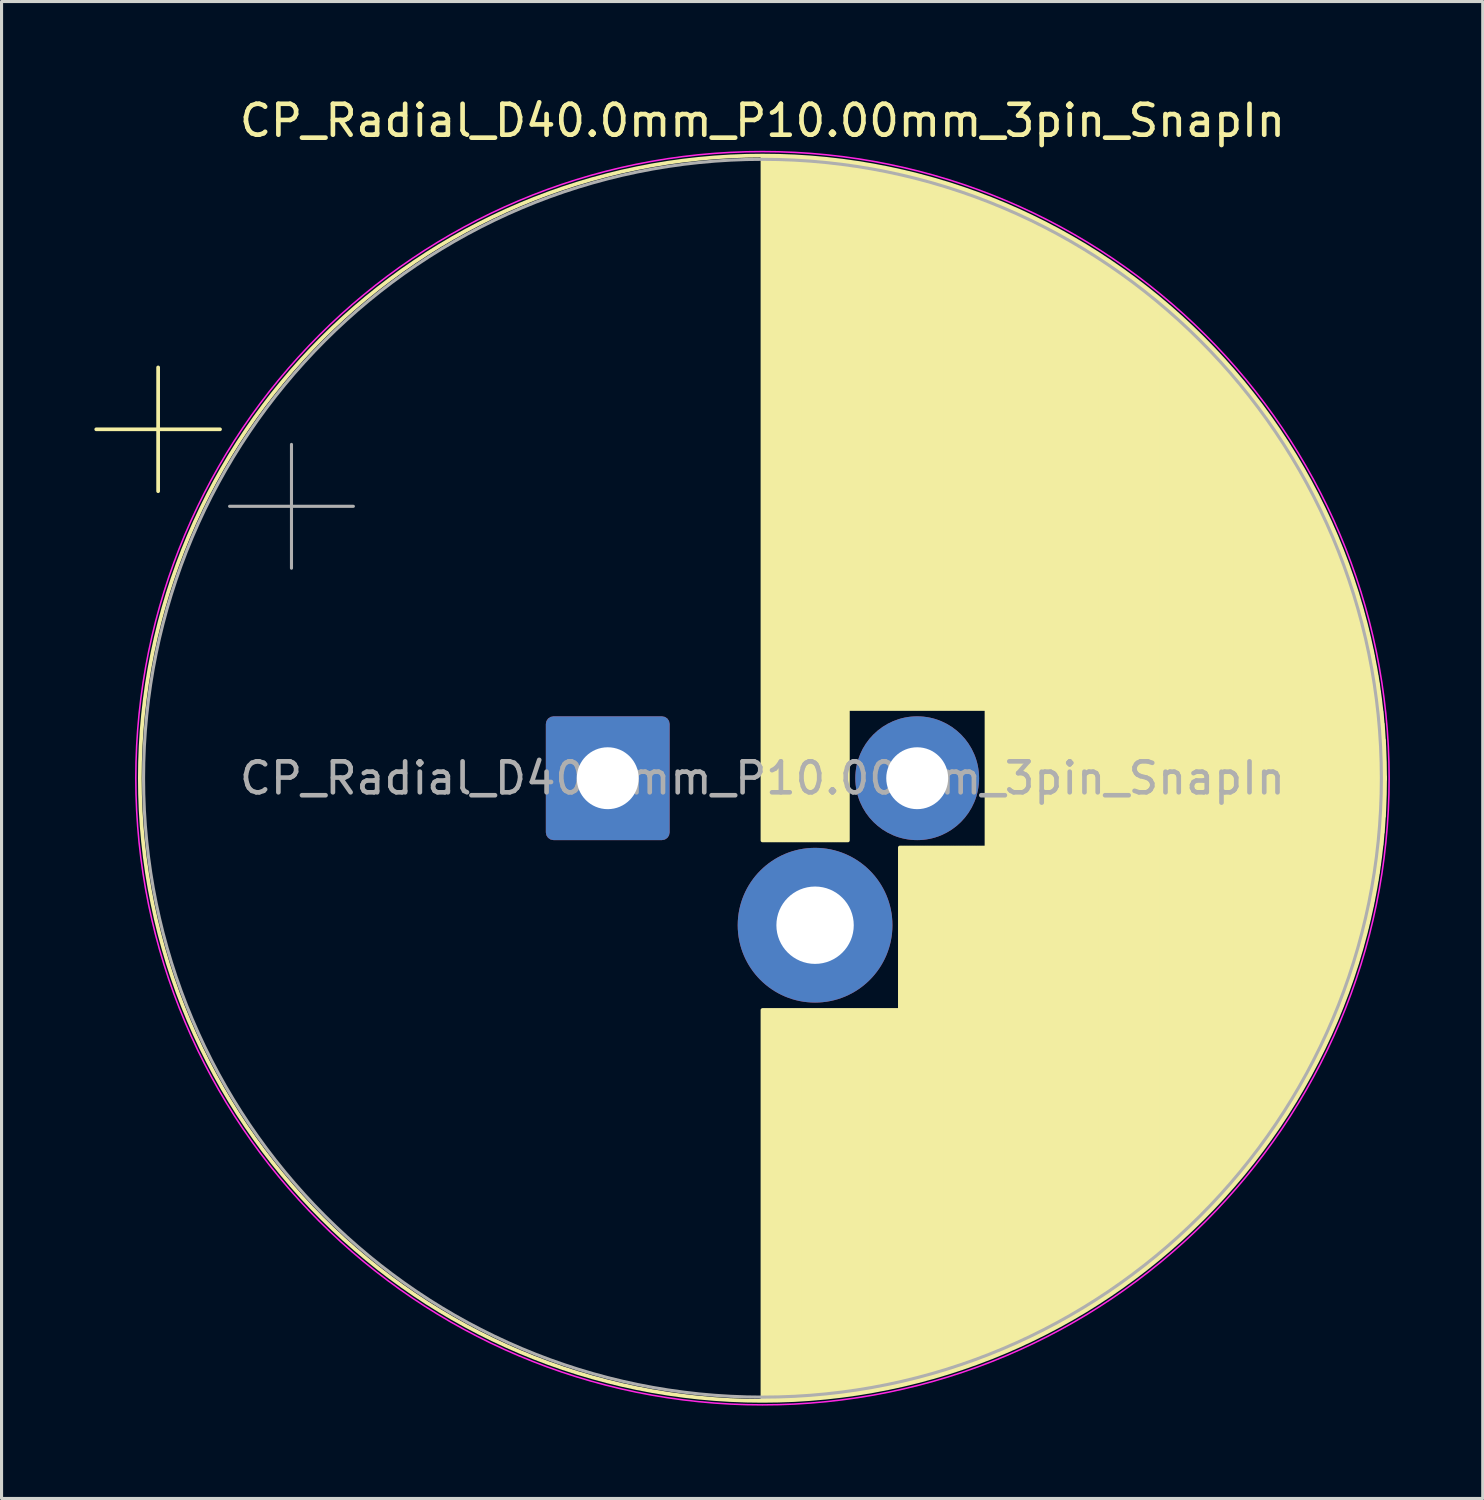
<source format=kicad_pcb>
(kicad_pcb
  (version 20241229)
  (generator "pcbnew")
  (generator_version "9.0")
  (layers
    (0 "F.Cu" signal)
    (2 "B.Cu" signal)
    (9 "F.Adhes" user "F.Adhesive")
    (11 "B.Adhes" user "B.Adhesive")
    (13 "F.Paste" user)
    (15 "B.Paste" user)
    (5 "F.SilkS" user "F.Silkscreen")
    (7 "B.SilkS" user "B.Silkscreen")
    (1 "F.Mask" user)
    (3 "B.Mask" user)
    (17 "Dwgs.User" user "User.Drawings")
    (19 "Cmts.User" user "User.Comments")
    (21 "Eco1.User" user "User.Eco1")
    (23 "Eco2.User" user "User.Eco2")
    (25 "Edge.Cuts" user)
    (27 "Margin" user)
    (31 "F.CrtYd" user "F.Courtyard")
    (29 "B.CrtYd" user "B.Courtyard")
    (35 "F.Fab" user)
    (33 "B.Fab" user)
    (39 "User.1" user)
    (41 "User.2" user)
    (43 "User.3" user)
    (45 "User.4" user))
  (footprint "CP_Radial_D40.0mm_P10.00mm_3pin_SnapIn"
    (layer "F.Cu")
    (at 16.589 22.098)
    (property "Reference" "CP_Radial_D40.0mm_P10.00mm_3pin_SnapIn" (at 5 -21.25 0) (layer "F.SilkS") (effects (font (size 1 1) (thickness 0.15))))
    (attr through_hole)
    (fp_line (start -16.529 -11.275) (end -12.529 -11.275) (stroke (width 0.12) (type solid)) (layer "F.SilkS"))
    (fp_line (start -14.529 -13.275) (end -14.529 -9.275) (stroke (width 0.12) (type solid)) (layer "F.SilkS"))
    (fp_line (start 5 -20.08) (end 5 2.01) (stroke (width 0.12) (type solid)) (layer "F.SilkS"))
    (fp_line (start 5 7.49) (end 5 20.08) (stroke (width 0.12) (type solid)) (layer "F.SilkS"))
    (fp_line (start 5.04 -20.08) (end 5.04 2.01) (stroke (width 0.12) (type solid)) (layer "F.SilkS"))
    (fp_line (start 5.04 7.49) (end 5.04 20.08) (stroke (width 0.12) (type solid)) (layer "F.SilkS"))
    (fp_line (start 5.08 -20.08) (end 5.08 2.01) (stroke (width 0.12) (type solid)) (layer "F.SilkS"))
    (fp_line (start 5.08 7.49) (end 5.08 20.08) (stroke (width 0.12) (type solid)) (layer "F.SilkS"))
    (fp_line (start 5.12 -20.08) (end 5.12 2.01) (stroke (width 0.12) (type solid)) (layer "F.SilkS"))
    (fp_line (start 5.12 7.49) (end 5.12 20.08) (stroke (width 0.12) (type solid)) (layer "F.SilkS"))
    (fp_line (start 5.16 -20.079) (end 5.16 2.01) (stroke (width 0.12) (type solid)) (layer "F.SilkS"))
    (fp_line (start 5.16 7.49) (end 5.16 20.079) (stroke (width 0.12) (type solid)) (layer "F.SilkS"))
    (fp_line (start 5.2 -20.079) (end 5.2 2.01) (stroke (width 0.12) (type solid)) (layer "F.SilkS"))
    (fp_line (start 5.2 7.49) (end 5.2 20.079) (stroke (width 0.12) (type solid)) (layer "F.SilkS"))
    (fp_line (start 5.24 -20.079) (end 5.24 2.01) (stroke (width 0.12) (type solid)) (layer "F.SilkS"))
    (fp_line (start 5.24 7.49) (end 5.24 20.079) (stroke (width 0.12) (type solid)) (layer "F.SilkS"))
    (fp_line (start 5.28 -20.078) (end 5.28 2.01) (stroke (width 0.12) (type solid)) (layer "F.SilkS"))
    (fp_line (start 5.28 7.49) (end 5.28 20.078) (stroke (width 0.12) (type solid)) (layer "F.SilkS"))
    (fp_line (start 5.32 -20.077) (end 5.32 2.01) (stroke (width 0.12) (type solid)) (layer "F.SilkS"))
    (fp_line (start 5.32 7.49) (end 5.32 20.077) (stroke (width 0.12) (type solid)) (layer "F.SilkS"))
    (fp_line (start 5.36 -20.077) (end 5.36 2.01) (stroke (width 0.12) (type solid)) (layer "F.SilkS"))
    (fp_line (start 5.36 7.49) (end 5.36 20.077) (stroke (width 0.12) (type solid)) (layer "F.SilkS"))
    (fp_line (start 5.4 -20.076) (end 5.4 2.01) (stroke (width 0.12) (type solid)) (layer "F.SilkS"))
    (fp_line (start 5.4 7.49) (end 5.4 20.076) (stroke (width 0.12) (type solid)) (layer "F.SilkS"))
    (fp_line (start 5.44 -20.075) (end 5.44 2.01) (stroke (width 0.12) (type solid)) (layer "F.SilkS"))
    (fp_line (start 5.44 7.49) (end 5.44 20.075) (stroke (width 0.12) (type solid)) (layer "F.SilkS"))
    (fp_line (start 5.48 -20.074) (end 5.48 2.01) (stroke (width 0.12) (type solid)) (layer "F.SilkS"))
    (fp_line (start 5.48 7.49) (end 5.48 20.074) (stroke (width 0.12) (type solid)) (layer "F.SilkS"))
    (fp_line (start 5.52 -20.073) (end 5.52 2.01) (stroke (width 0.12) (type solid)) (layer "F.SilkS"))
    (fp_line (start 5.52 7.49) (end 5.52 20.073) (stroke (width 0.12) (type solid)) (layer "F.SilkS"))
    (fp_line (start 5.56 -20.072) (end 5.56 2.01) (stroke (width 0.12) (type solid)) (layer "F.SilkS"))
    (fp_line (start 5.56 7.49) (end 5.56 20.072) (stroke (width 0.12) (type solid)) (layer "F.SilkS"))
    (fp_line (start 5.6 -20.071) (end 5.6 2.01) (stroke (width 0.12) (type solid)) (layer "F.SilkS"))
    (fp_line (start 5.6 7.49) (end 5.6 20.071) (stroke (width 0.12) (type solid)) (layer "F.SilkS"))
    (fp_line (start 5.64 -20.07) (end 5.64 2.01) (stroke (width 0.12) (type solid)) (layer "F.SilkS"))
    (fp_line (start 5.64 7.49) (end 5.64 20.07) (stroke (width 0.12) (type solid)) (layer "F.SilkS"))
    (fp_line (start 5.68 -20.069) (end 5.68 2.01) (stroke (width 0.12) (type solid)) (layer "F.SilkS"))
    (fp_line (start 5.68 7.49) (end 5.68 20.069) (stroke (width 0.12) (type solid)) (layer "F.SilkS"))
    (fp_line (start 5.72 -20.067) (end 5.72 2.01) (stroke (width 0.12) (type solid)) (layer "F.SilkS"))
    (fp_line (start 5.72 7.49) (end 5.72 20.067) (stroke (width 0.12) (type solid)) (layer "F.SilkS"))
    (fp_line (start 5.76 -20.066) (end 5.76 2.01) (stroke (width 0.12) (type solid)) (layer "F.SilkS"))
    (fp_line (start 5.76 7.49) (end 5.76 20.066) (stroke (width 0.12) (type solid)) (layer "F.SilkS"))
    (fp_line (start 5.8 -20.064) (end 5.8 2.01) (stroke (width 0.12) (type solid)) (layer "F.SilkS"))
    (fp_line (start 5.8 7.49) (end 5.8 20.064) (stroke (width 0.12) (type solid)) (layer "F.SilkS"))
    (fp_line (start 5.84 -20.062) (end 5.84 2.01) (stroke (width 0.12) (type solid)) (layer "F.SilkS"))
    (fp_line (start 5.84 7.49) (end 5.84 20.062) (stroke (width 0.12) (type solid)) (layer "F.SilkS"))
    (fp_line (start 5.88 -20.061) (end 5.88 2.01) (stroke (width 0.12) (type solid)) (layer "F.SilkS"))
    (fp_line (start 5.88 7.49) (end 5.88 20.061) (stroke (width 0.12) (type solid)) (layer "F.SilkS"))
    (fp_line (start 5.92 -20.059) (end 5.92 2.01) (stroke (width 0.12) (type solid)) (layer "F.SilkS"))
    (fp_line (start 5.92 7.49) (end 5.92 20.059) (stroke (width 0.12) (type solid)) (layer "F.SilkS"))
    (fp_line (start 5.96 -20.057) (end 5.96 2.01) (stroke (width 0.12) (type solid)) (layer "F.SilkS"))
    (fp_line (start 5.96 7.49) (end 5.96 20.057) (stroke (width 0.12) (type solid)) (layer "F.SilkS"))
    (fp_line (start 6 -20.055) (end 6 2.01) (stroke (width 0.12) (type solid)) (layer "F.SilkS"))
    (fp_line (start 6 7.49) (end 6 20.055) (stroke (width 0.12) (type solid)) (layer "F.SilkS"))
    (fp_line (start 6.04 -20.053) (end 6.04 2.01) (stroke (width 0.12) (type solid)) (layer "F.SilkS"))
    (fp_line (start 6.04 7.49) (end 6.04 20.053) (stroke (width 0.12) (type solid)) (layer "F.SilkS"))
    (fp_line (start 6.08 -20.051) (end 6.08 2.01) (stroke (width 0.12) (type solid)) (layer "F.SilkS"))
    (fp_line (start 6.08 7.49) (end 6.08 20.051) (stroke (width 0.12) (type solid)) (layer "F.SilkS"))
    (fp_line (start 6.12 -20.049) (end 6.12 2.01) (stroke (width 0.12) (type solid)) (layer "F.SilkS"))
    (fp_line (start 6.12 7.49) (end 6.12 20.049) (stroke (width 0.12) (type solid)) (layer "F.SilkS"))
    (fp_line (start 6.16 -20.047) (end 6.16 2.01) (stroke (width 0.12) (type solid)) (layer "F.SilkS"))
    (fp_line (start 6.16 7.49) (end 6.16 20.047) (stroke (width 0.12) (type solid)) (layer "F.SilkS"))
    (fp_line (start 6.2 -20.044) (end 6.2 2.01) (stroke (width 0.12) (type solid)) (layer "F.SilkS"))
    (fp_line (start 6.2 7.49) (end 6.2 20.044) (stroke (width 0.12) (type solid)) (layer "F.SilkS"))
    (fp_line (start 6.24 -20.042) (end 6.24 2.01) (stroke (width 0.12) (type solid)) (layer "F.SilkS"))
    (fp_line (start 6.24 7.49) (end 6.24 20.042) (stroke (width 0.12) (type solid)) (layer "F.SilkS"))
    (fp_line (start 6.28 -20.039) (end 6.28 2.01) (stroke (width 0.12) (type solid)) (layer "F.SilkS"))
    (fp_line (start 6.28 7.49) (end 6.28 20.039) (stroke (width 0.12) (type solid)) (layer "F.SilkS"))
    (fp_line (start 6.32 -20.037) (end 6.32 2.01) (stroke (width 0.12) (type solid)) (layer "F.SilkS"))
    (fp_line (start 6.32 7.49) (end 6.32 20.037) (stroke (width 0.12) (type solid)) (layer "F.SilkS"))
    (fp_line (start 6.36 -20.034) (end 6.36 2.01) (stroke (width 0.12) (type solid)) (layer "F.SilkS"))
    (fp_line (start 6.36 7.49) (end 6.36 20.034) (stroke (width 0.12) (type solid)) (layer "F.SilkS"))
    (fp_line (start 6.4 -20.031) (end 6.4 2.01) (stroke (width 0.12) (type solid)) (layer "F.SilkS"))
    (fp_line (start 6.4 7.49) (end 6.4 20.031) (stroke (width 0.12) (type solid)) (layer "F.SilkS"))
    (fp_line (start 6.44 -20.028) (end 6.44 2.01) (stroke (width 0.12) (type solid)) (layer "F.SilkS"))
    (fp_line (start 6.44 7.49) (end 6.44 20.028) (stroke (width 0.12) (type solid)) (layer "F.SilkS"))
    (fp_line (start 6.48 -20.025) (end 6.48 2.01) (stroke (width 0.12) (type solid)) (layer "F.SilkS"))
    (fp_line (start 6.48 7.49) (end 6.48 20.025) (stroke (width 0.12) (type solid)) (layer "F.SilkS"))
    (fp_line (start 6.52 -20.023) (end 6.52 2.01) (stroke (width 0.12) (type solid)) (layer "F.SilkS"))
    (fp_line (start 6.52 7.49) (end 6.52 20.023) (stroke (width 0.12) (type solid)) (layer "F.SilkS"))
    (fp_line (start 6.56 -20.019) (end 6.56 2.01) (stroke (width 0.12) (type solid)) (layer "F.SilkS"))
    (fp_line (start 6.56 7.49) (end 6.56 20.019) (stroke (width 0.12) (type solid)) (layer "F.SilkS"))
    (fp_line (start 6.6 -20.016) (end 6.6 2.01) (stroke (width 0.12) (type solid)) (layer "F.SilkS"))
    (fp_line (start 6.6 7.49) (end 6.6 20.016) (stroke (width 0.12) (type solid)) (layer "F.SilkS"))
    (fp_line (start 6.64 -20.013) (end 6.64 2.01) (stroke (width 0.12) (type solid)) (layer "F.SilkS"))
    (fp_line (start 6.64 7.49) (end 6.64 20.013) (stroke (width 0.12) (type solid)) (layer "F.SilkS"))
    (fp_line (start 6.68 -20.01) (end 6.68 2.01) (stroke (width 0.12) (type solid)) (layer "F.SilkS"))
    (fp_line (start 6.68 7.49) (end 6.68 20.01) (stroke (width 0.12) (type solid)) (layer "F.SilkS"))
    (fp_line (start 6.72 -20.006) (end 6.72 2.01) (stroke (width 0.12) (type solid)) (layer "F.SilkS"))
    (fp_line (start 6.72 7.49) (end 6.72 20.006) (stroke (width 0.12) (type solid)) (layer "F.SilkS"))
    (fp_line (start 6.76 -20.003) (end 6.76 2.01) (stroke (width 0.12) (type solid)) (layer "F.SilkS"))
    (fp_line (start 6.76 7.49) (end 6.76 20.003) (stroke (width 0.12) (type solid)) (layer "F.SilkS"))
    (fp_line (start 6.8 -19.999) (end 6.8 2.01) (stroke (width 0.12) (type solid)) (layer "F.SilkS"))
    (fp_line (start 6.8 7.49) (end 6.8 19.999) (stroke (width 0.12) (type solid)) (layer "F.SilkS"))
    (fp_line (start 6.84 -19.996) (end 6.84 2.01) (stroke (width 0.12) (type solid)) (layer "F.SilkS"))
    (fp_line (start 6.84 7.49) (end 6.84 19.996) (stroke (width 0.12) (type solid)) (layer "F.SilkS"))
    (fp_line (start 6.88 -19.992) (end 6.88 2.01) (stroke (width 0.12) (type solid)) (layer "F.SilkS"))
    (fp_line (start 6.88 7.49) (end 6.88 19.992) (stroke (width 0.12) (type solid)) (layer "F.SilkS"))
    (fp_line (start 6.92 -19.988) (end 6.92 2.01) (stroke (width 0.12) (type solid)) (layer "F.SilkS"))
    (fp_line (start 6.92 7.49) (end 6.92 19.988) (stroke (width 0.12) (type solid)) (layer "F.SilkS"))
    (fp_line (start 6.96 -19.984) (end 6.96 2.01) (stroke (width 0.12) (type solid)) (layer "F.SilkS"))
    (fp_line (start 6.96 7.49) (end 6.96 19.984) (stroke (width 0.12) (type solid)) (layer "F.SilkS"))
    (fp_line (start 7 -19.98) (end 7 2.01) (stroke (width 0.12) (type solid)) (layer "F.SilkS"))
    (fp_line (start 7 7.49) (end 7 19.98) (stroke (width 0.12) (type solid)) (layer "F.SilkS"))
    (fp_line (start 7.04 -19.976) (end 7.04 2.01) (stroke (width 0.12) (type solid)) (layer "F.SilkS"))
    (fp_line (start 7.04 7.49) (end 7.04 19.976) (stroke (width 0.12) (type solid)) (layer "F.SilkS"))
    (fp_line (start 7.08 -19.972) (end 7.08 2.01) (stroke (width 0.12) (type solid)) (layer "F.SilkS"))
    (fp_line (start 7.08 7.49) (end 7.08 19.972) (stroke (width 0.12) (type solid)) (layer "F.SilkS"))
    (fp_line (start 7.12 -19.968) (end 7.12 2.01) (stroke (width 0.12) (type solid)) (layer "F.SilkS"))
    (fp_line (start 7.12 7.49) (end 7.12 19.968) (stroke (width 0.12) (type solid)) (layer "F.SilkS"))
    (fp_line (start 7.16 -19.964) (end 7.16 2.01) (stroke (width 0.12) (type solid)) (layer "F.SilkS"))
    (fp_line (start 7.16 7.49) (end 7.16 19.964) (stroke (width 0.12) (type solid)) (layer "F.SilkS"))
    (fp_line (start 7.2 -19.959) (end 7.2 2.01) (stroke (width 0.12) (type solid)) (layer "F.SilkS"))
    (fp_line (start 7.2 7.49) (end 7.2 19.959) (stroke (width 0.12) (type solid)) (layer "F.SilkS"))
    (fp_line (start 7.24 -19.955) (end 7.24 2.01) (stroke (width 0.12) (type solid)) (layer "F.SilkS"))
    (fp_line (start 7.24 7.49) (end 7.24 19.955) (stroke (width 0.12) (type solid)) (layer "F.SilkS"))
    (fp_line (start 7.28 -19.95) (end 7.28 2.01) (stroke (width 0.12) (type solid)) (layer "F.SilkS"))
    (fp_line (start 7.28 7.49) (end 7.28 19.95) (stroke (width 0.12) (type solid)) (layer "F.SilkS"))
    (fp_line (start 7.32 -19.946) (end 7.32 2.01) (stroke (width 0.12) (type solid)) (layer "F.SilkS"))
    (fp_line (start 7.32 7.49) (end 7.32 19.946) (stroke (width 0.12) (type solid)) (layer "F.SilkS"))
    (fp_line (start 7.36 -19.941) (end 7.36 2.01) (stroke (width 0.12) (type solid)) (layer "F.SilkS"))
    (fp_line (start 7.36 7.49) (end 7.36 19.941) (stroke (width 0.12) (type solid)) (layer "F.SilkS"))
    (fp_line (start 7.4 -19.936) (end 7.4 2.01) (stroke (width 0.12) (type solid)) (layer "F.SilkS"))
    (fp_line (start 7.4 7.49) (end 7.4 19.936) (stroke (width 0.12) (type solid)) (layer "F.SilkS"))
    (fp_line (start 7.44 -19.931) (end 7.44 2.01) (stroke (width 0.12) (type solid)) (layer "F.SilkS"))
    (fp_line (start 7.44 7.49) (end 7.44 19.931) (stroke (width 0.12) (type solid)) (layer "F.SilkS"))
    (fp_line (start 7.48 -19.927) (end 7.48 2.01) (stroke (width 0.12) (type solid)) (layer "F.SilkS"))
    (fp_line (start 7.48 7.49) (end 7.48 19.927) (stroke (width 0.12) (type solid)) (layer "F.SilkS"))
    (fp_line (start 7.52 -19.922) (end 7.52 2.01) (stroke (width 0.12) (type solid)) (layer "F.SilkS"))
    (fp_line (start 7.52 7.49) (end 7.52 19.922) (stroke (width 0.12) (type solid)) (layer "F.SilkS"))
    (fp_line (start 7.56 -19.916) (end 7.56 2.01) (stroke (width 0.12) (type solid)) (layer "F.SilkS"))
    (fp_line (start 7.56 7.49) (end 7.56 19.916) (stroke (width 0.12) (type solid)) (layer "F.SilkS"))
    (fp_line (start 7.6 -19.911) (end 7.6 2.01) (stroke (width 0.12) (type solid)) (layer "F.SilkS"))
    (fp_line (start 7.6 7.49) (end 7.6 19.911) (stroke (width 0.12) (type solid)) (layer "F.SilkS"))
    (fp_line (start 7.64 -19.906) (end 7.64 2.01) (stroke (width 0.12) (type solid)) (layer "F.SilkS"))
    (fp_line (start 7.64 7.49) (end 7.64 19.906) (stroke (width 0.12) (type solid)) (layer "F.SilkS"))
    (fp_line (start 7.68 -19.901) (end 7.68 2.01) (stroke (width 0.12) (type solid)) (layer "F.SilkS"))
    (fp_line (start 7.68 7.49) (end 7.68 19.901) (stroke (width 0.12) (type solid)) (layer "F.SilkS"))
    (fp_line (start 7.72 -19.895) (end 7.72 2.01) (stroke (width 0.12) (type solid)) (layer "F.SilkS"))
    (fp_line (start 7.72 7.49) (end 7.72 19.895) (stroke (width 0.12) (type solid)) (layer "F.SilkS"))
    (fp_line (start 7.76 -19.89) (end 7.76 2.01) (stroke (width 0.12) (type solid)) (layer "F.SilkS"))
    (fp_line (start 7.76 7.49) (end 7.76 19.89) (stroke (width 0.12) (type solid)) (layer "F.SilkS"))
    (fp_line (start 7.8 -19.884) (end 7.8 -2.24) (stroke (width 0.12) (type solid)) (layer "F.SilkS"))
    (fp_line (start 7.8 7.49) (end 7.8 19.884) (stroke (width 0.12) (type solid)) (layer "F.SilkS"))
    (fp_line (start 7.84 -19.879) (end 7.84 -2.24) (stroke (width 0.12) (type solid)) (layer "F.SilkS"))
    (fp_line (start 7.84 7.49) (end 7.84 19.879) (stroke (width 0.12) (type solid)) (layer "F.SilkS"))
    (fp_line (start 7.88 -19.873) (end 7.88 -2.24) (stroke (width 0.12) (type solid)) (layer "F.SilkS"))
    (fp_line (start 7.88 7.49) (end 7.88 19.873) (stroke (width 0.12) (type solid)) (layer "F.SilkS"))
    (fp_line (start 7.92 -19.867) (end 7.92 -2.24) (stroke (width 0.12) (type solid)) (layer "F.SilkS"))
    (fp_line (start 7.92 7.49) (end 7.92 19.867) (stroke (width 0.12) (type solid)) (layer "F.SilkS"))
    (fp_line (start 7.96 -19.861) (end 7.96 -2.24) (stroke (width 0.12) (type solid)) (layer "F.SilkS"))
    (fp_line (start 7.96 7.49) (end 7.96 19.861) (stroke (width 0.12) (type solid)) (layer "F.SilkS"))
    (fp_line (start 8 -19.855) (end 8 -2.24) (stroke (width 0.12) (type solid)) (layer "F.SilkS"))
    (fp_line (start 8 7.49) (end 8 19.855) (stroke (width 0.12) (type solid)) (layer "F.SilkS"))
    (fp_line (start 8.04 -19.849) (end 8.04 -2.24) (stroke (width 0.12) (type solid)) (layer "F.SilkS"))
    (fp_line (start 8.04 7.49) (end 8.04 19.849) (stroke (width 0.12) (type solid)) (layer "F.SilkS"))
    (fp_line (start 8.08 -19.843) (end 8.08 -2.24) (stroke (width 0.12) (type solid)) (layer "F.SilkS"))
    (fp_line (start 8.08 7.49) (end 8.08 19.843) (stroke (width 0.12) (type solid)) (layer "F.SilkS"))
    (fp_line (start 8.12 -19.837) (end 8.12 -2.24) (stroke (width 0.12) (type solid)) (layer "F.SilkS"))
    (fp_line (start 8.12 7.49) (end 8.12 19.837) (stroke (width 0.12) (type solid)) (layer "F.SilkS"))
    (fp_line (start 8.16 -19.83) (end 8.16 -2.24) (stroke (width 0.12) (type solid)) (layer "F.SilkS"))
    (fp_line (start 8.16 7.49) (end 8.16 19.83) (stroke (width 0.12) (type solid)) (layer "F.SilkS"))
    (fp_line (start 8.2 -19.824) (end 8.2 -2.24) (stroke (width 0.12) (type solid)) (layer "F.SilkS"))
    (fp_line (start 8.2 7.49) (end 8.2 19.824) (stroke (width 0.12) (type solid)) (layer "F.SilkS"))
    (fp_line (start 8.24 -19.817) (end 8.24 -2.24) (stroke (width 0.12) (type solid)) (layer "F.SilkS"))
    (fp_line (start 8.24 7.49) (end 8.24 19.817) (stroke (width 0.12) (type solid)) (layer "F.SilkS"))
    (fp_line (start 8.28 -19.811) (end 8.28 -2.24) (stroke (width 0.12) (type solid)) (layer "F.SilkS"))
    (fp_line (start 8.28 7.49) (end 8.28 19.811) (stroke (width 0.12) (type solid)) (layer "F.SilkS"))
    (fp_line (start 8.32 -19.804) (end 8.32 -2.24) (stroke (width 0.12) (type solid)) (layer "F.SilkS"))
    (fp_line (start 8.32 7.49) (end 8.32 19.804) (stroke (width 0.12) (type solid)) (layer "F.SilkS"))
    (fp_line (start 8.36 -19.797) (end 8.36 -2.24) (stroke (width 0.12) (type solid)) (layer "F.SilkS"))
    (fp_line (start 8.36 7.49) (end 8.36 19.797) (stroke (width 0.12) (type solid)) (layer "F.SilkS"))
    (fp_line (start 8.4 -19.791) (end 8.4 -2.24) (stroke (width 0.12) (type solid)) (layer "F.SilkS"))
    (fp_line (start 8.4 7.49) (end 8.4 19.791) (stroke (width 0.12) (type solid)) (layer "F.SilkS"))
    (fp_line (start 8.44 -19.784) (end 8.44 -2.24) (stroke (width 0.12) (type solid)) (layer "F.SilkS"))
    (fp_line (start 8.44 7.49) (end 8.44 19.784) (stroke (width 0.12) (type solid)) (layer "F.SilkS"))
    (fp_line (start 8.48 -19.777) (end 8.48 -2.24) (stroke (width 0.12) (type solid)) (layer "F.SilkS"))
    (fp_line (start 8.48 7.49) (end 8.48 19.777) (stroke (width 0.12) (type solid)) (layer "F.SilkS"))
    (fp_line (start 8.52 -19.77) (end 8.52 -2.24) (stroke (width 0.12) (type solid)) (layer "F.SilkS"))
    (fp_line (start 8.52 7.49) (end 8.52 19.77) (stroke (width 0.12) (type solid)) (layer "F.SilkS"))
    (fp_line (start 8.56 -19.763) (end 8.56 -2.24) (stroke (width 0.12) (type solid)) (layer "F.SilkS"))
    (fp_line (start 8.56 7.49) (end 8.56 19.763) (stroke (width 0.12) (type solid)) (layer "F.SilkS"))
    (fp_line (start 8.6 -19.755) (end 8.6 -2.24) (stroke (width 0.12) (type solid)) (layer "F.SilkS"))
    (fp_line (start 8.6 7.49) (end 8.6 19.755) (stroke (width 0.12) (type solid)) (layer "F.SilkS"))
    (fp_line (start 8.64 -19.748) (end 8.64 -2.24) (stroke (width 0.12) (type solid)) (layer "F.SilkS"))
    (fp_line (start 8.64 7.49) (end 8.64 19.748) (stroke (width 0.12) (type solid)) (layer "F.SilkS"))
    (fp_line (start 8.68 -19.741) (end 8.68 -2.24) (stroke (width 0.12) (type solid)) (layer "F.SilkS"))
    (fp_line (start 8.68 7.49) (end 8.68 19.741) (stroke (width 0.12) (type solid)) (layer "F.SilkS"))
    (fp_line (start 8.72 -19.733) (end 8.72 -2.24) (stroke (width 0.12) (type solid)) (layer "F.SilkS"))
    (fp_line (start 8.72 7.49) (end 8.72 19.733) (stroke (width 0.12) (type solid)) (layer "F.SilkS"))
    (fp_line (start 8.76 -19.726) (end 8.76 -2.24) (stroke (width 0.12) (type solid)) (layer "F.SilkS"))
    (fp_line (start 8.76 7.49) (end 8.76 19.726) (stroke (width 0.12) (type solid)) (layer "F.SilkS"))
    (fp_line (start 8.8 -19.718) (end 8.8 -2.24) (stroke (width 0.12) (type solid)) (layer "F.SilkS"))
    (fp_line (start 8.8 7.49) (end 8.8 19.718) (stroke (width 0.12) (type solid)) (layer "F.SilkS"))
    (fp_line (start 8.84 -19.71) (end 8.84 -2.24) (stroke (width 0.12) (type solid)) (layer "F.SilkS"))
    (fp_line (start 8.84 7.49) (end 8.84 19.71) (stroke (width 0.12) (type solid)) (layer "F.SilkS"))
    (fp_line (start 8.88 -19.702) (end 8.88 -2.24) (stroke (width 0.12) (type solid)) (layer "F.SilkS"))
    (fp_line (start 8.88 7.49) (end 8.88 19.702) (stroke (width 0.12) (type solid)) (layer "F.SilkS"))
    (fp_line (start 8.92 -19.694) (end 8.92 -2.24) (stroke (width 0.12) (type solid)) (layer "F.SilkS"))
    (fp_line (start 8.92 7.49) (end 8.92 19.694) (stroke (width 0.12) (type solid)) (layer "F.SilkS"))
    (fp_line (start 8.96 -19.686) (end 8.96 -2.24) (stroke (width 0.12) (type solid)) (layer "F.SilkS"))
    (fp_line (start 8.96 7.49) (end 8.96 19.686) (stroke (width 0.12) (type solid)) (layer "F.SilkS"))
    (fp_line (start 9 -19.678) (end 9 -2.24) (stroke (width 0.12) (type solid)) (layer "F.SilkS"))
    (fp_line (start 9 7.49) (end 9 19.678) (stroke (width 0.12) (type solid)) (layer "F.SilkS"))
    (fp_line (start 9.04 -19.67) (end 9.04 -2.24) (stroke (width 0.12) (type solid)) (layer "F.SilkS"))
    (fp_line (start 9.04 7.49) (end 9.04 19.67) (stroke (width 0.12) (type solid)) (layer "F.SilkS"))
    (fp_line (start 9.08 -19.662) (end 9.08 -2.24) (stroke (width 0.12) (type solid)) (layer "F.SilkS"))
    (fp_line (start 9.08 7.49) (end 9.08 19.662) (stroke (width 0.12) (type solid)) (layer "F.SilkS"))
    (fp_line (start 9.12 -19.654) (end 9.12 -2.24) (stroke (width 0.12) (type solid)) (layer "F.SilkS"))
    (fp_line (start 9.12 7.49) (end 9.12 19.654) (stroke (width 0.12) (type solid)) (layer "F.SilkS"))
    (fp_line (start 9.16 -19.645) (end 9.16 -2.24) (stroke (width 0.12) (type solid)) (layer "F.SilkS"))
    (fp_line (start 9.16 7.49) (end 9.16 19.645) (stroke (width 0.12) (type solid)) (layer "F.SilkS"))
    (fp_line (start 9.2 -19.637) (end 9.2 -2.24) (stroke (width 0.12) (type solid)) (layer "F.SilkS"))
    (fp_line (start 9.2 7.49) (end 9.2 19.637) (stroke (width 0.12) (type solid)) (layer "F.SilkS"))
    (fp_line (start 9.24 -19.628) (end 9.24 -2.24) (stroke (width 0.12) (type solid)) (layer "F.SilkS"))
    (fp_line (start 9.24 7.49) (end 9.24 19.628) (stroke (width 0.12) (type solid)) (layer "F.SilkS"))
    (fp_line (start 9.28 -19.62) (end 9.28 -2.24) (stroke (width 0.12) (type solid)) (layer "F.SilkS"))
    (fp_line (start 9.28 7.49) (end 9.28 19.62) (stroke (width 0.12) (type solid)) (layer "F.SilkS"))
    (fp_line (start 9.32 -19.611) (end 9.32 -2.24) (stroke (width 0.12) (type solid)) (layer "F.SilkS"))
    (fp_line (start 9.32 7.49) (end 9.32 19.611) (stroke (width 0.12) (type solid)) (layer "F.SilkS"))
    (fp_line (start 9.36 -19.602) (end 9.36 -2.24) (stroke (width 0.12) (type solid)) (layer "F.SilkS"))
    (fp_line (start 9.36 7.49) (end 9.36 19.602) (stroke (width 0.12) (type solid)) (layer "F.SilkS"))
    (fp_line (start 9.4 -19.593) (end 9.4 -2.24) (stroke (width 0.12) (type solid)) (layer "F.SilkS"))
    (fp_line (start 9.4 7.49) (end 9.4 19.593) (stroke (width 0.12) (type solid)) (layer "F.SilkS"))
    (fp_line (start 9.44 -19.584) (end 9.44 -2.24) (stroke (width 0.12) (type solid)) (layer "F.SilkS"))
    (fp_line (start 9.44 2.24) (end 9.44 19.584) (stroke (width 0.12) (type solid)) (layer "F.SilkS"))
    (fp_line (start 9.48 -19.575) (end 9.48 -2.24) (stroke (width 0.12) (type solid)) (layer "F.SilkS"))
    (fp_line (start 9.48 2.24) (end 9.48 19.575) (stroke (width 0.12) (type solid)) (layer "F.SilkS"))
    (fp_line (start 9.52 -19.566) (end 9.52 -2.24) (stroke (width 0.12) (type solid)) (layer "F.SilkS"))
    (fp_line (start 9.52 2.24) (end 9.52 19.566) (stroke (width 0.12) (type solid)) (layer "F.SilkS"))
    (fp_line (start 9.56 -19.556) (end 9.56 -2.24) (stroke (width 0.12) (type solid)) (layer "F.SilkS"))
    (fp_line (start 9.56 2.24) (end 9.56 19.556) (stroke (width 0.12) (type solid)) (layer "F.SilkS"))
    (fp_line (start 9.6 -19.547) (end 9.6 -2.24) (stroke (width 0.12) (type solid)) (layer "F.SilkS"))
    (fp_line (start 9.6 2.24) (end 9.6 19.547) (stroke (width 0.12) (type solid)) (layer "F.SilkS"))
    (fp_line (start 9.64 -19.538) (end 9.64 -2.24) (stroke (width 0.12) (type solid)) (layer "F.SilkS"))
    (fp_line (start 9.64 2.24) (end 9.64 19.538) (stroke (width 0.12) (type solid)) (layer "F.SilkS"))
    (fp_line (start 9.68 -19.528) (end 9.68 -2.24) (stroke (width 0.12) (type solid)) (layer "F.SilkS"))
    (fp_line (start 9.68 2.24) (end 9.68 19.528) (stroke (width 0.12) (type solid)) (layer "F.SilkS"))
    (fp_line (start 9.72 -19.519) (end 9.72 -2.24) (stroke (width 0.12) (type solid)) (layer "F.SilkS"))
    (fp_line (start 9.72 2.24) (end 9.72 19.519) (stroke (width 0.12) (type solid)) (layer "F.SilkS"))
    (fp_line (start 9.76 -19.509) (end 9.76 -2.24) (stroke (width 0.12) (type solid)) (layer "F.SilkS"))
    (fp_line (start 9.76 2.24) (end 9.76 19.509) (stroke (width 0.12) (type solid)) (layer "F.SilkS"))
    (fp_line (start 9.8 -19.499) (end 9.8 -2.24) (stroke (width 0.12) (type solid)) (layer "F.SilkS"))
    (fp_line (start 9.8 2.24) (end 9.8 19.499) (stroke (width 0.12) (type solid)) (layer "F.SilkS"))
    (fp_line (start 9.84 -19.489) (end 9.84 -2.24) (stroke (width 0.12) (type solid)) (layer "F.SilkS"))
    (fp_line (start 9.84 2.24) (end 9.84 19.489) (stroke (width 0.12) (type solid)) (layer "F.SilkS"))
    (fp_line (start 9.88 -19.479) (end 9.88 -2.24) (stroke (width 0.12) (type solid)) (layer "F.SilkS"))
    (fp_line (start 9.88 2.24) (end 9.88 19.479) (stroke (width 0.12) (type solid)) (layer "F.SilkS"))
    (fp_line (start 9.92 -19.469) (end 9.92 -2.24) (stroke (width 0.12) (type solid)) (layer "F.SilkS"))
    (fp_line (start 9.92 2.24) (end 9.92 19.469) (stroke (width 0.12) (type solid)) (layer "F.SilkS"))
    (fp_line (start 9.96 -19.459) (end 9.96 -2.24) (stroke (width 0.12) (type solid)) (layer "F.SilkS"))
    (fp_line (start 9.96 2.24) (end 9.96 19.459) (stroke (width 0.12) (type solid)) (layer "F.SilkS"))
    (fp_line (start 10 -19.449) (end 10 -2.24) (stroke (width 0.12) (type solid)) (layer "F.SilkS"))
    (fp_line (start 10 2.24) (end 10 19.449) (stroke (width 0.12) (type solid)) (layer "F.SilkS"))
    (fp_line (start 10.04 -19.439) (end 10.04 -2.24) (stroke (width 0.12) (type solid)) (layer "F.SilkS"))
    (fp_line (start 10.04 2.24) (end 10.04 19.439) (stroke (width 0.12) (type solid)) (layer "F.SilkS"))
    (fp_line (start 10.08 -19.428) (end 10.08 -2.24) (stroke (width 0.12) (type solid)) (layer "F.SilkS"))
    (fp_line (start 10.08 2.24) (end 10.08 19.428) (stroke (width 0.12) (type solid)) (layer "F.SilkS"))
    (fp_line (start 10.12 -19.418) (end 10.12 -2.24) (stroke (width 0.12) (type solid)) (layer "F.SilkS"))
    (fp_line (start 10.12 2.24) (end 10.12 19.418) (stroke (width 0.12) (type solid)) (layer "F.SilkS"))
    (fp_line (start 10.16 -19.407) (end 10.16 -2.24) (stroke (width 0.12) (type solid)) (layer "F.SilkS"))
    (fp_line (start 10.16 2.24) (end 10.16 19.407) (stroke (width 0.12) (type solid)) (layer "F.SilkS"))
    (fp_line (start 10.2 -19.396) (end 10.2 -2.24) (stroke (width 0.12) (type solid)) (layer "F.SilkS"))
    (fp_line (start 10.2 2.24) (end 10.2 19.396) (stroke (width 0.12) (type solid)) (layer "F.SilkS"))
    (fp_line (start 10.24 -19.386) (end 10.24 -2.24) (stroke (width 0.12) (type solid)) (layer "F.SilkS"))
    (fp_line (start 10.24 2.24) (end 10.24 19.386) (stroke (width 0.12) (type solid)) (layer "F.SilkS"))
    (fp_line (start 10.28 -19.375) (end 10.28 -2.24) (stroke (width 0.12) (type solid)) (layer "F.SilkS"))
    (fp_line (start 10.28 2.24) (end 10.28 19.375) (stroke (width 0.12) (type solid)) (layer "F.SilkS"))
    (fp_line (start 10.32 -19.364) (end 10.32 -2.24) (stroke (width 0.12) (type solid)) (layer "F.SilkS"))
    (fp_line (start 10.32 2.24) (end 10.32 19.364) (stroke (width 0.12) (type solid)) (layer "F.SilkS"))
    (fp_line (start 10.36 -19.353) (end 10.36 -2.24) (stroke (width 0.12) (type solid)) (layer "F.SilkS"))
    (fp_line (start 10.36 2.24) (end 10.36 19.353) (stroke (width 0.12) (type solid)) (layer "F.SilkS"))
    (fp_line (start 10.4 -19.342) (end 10.4 -2.24) (stroke (width 0.12) (type solid)) (layer "F.SilkS"))
    (fp_line (start 10.4 2.24) (end 10.4 19.342) (stroke (width 0.12) (type solid)) (layer "F.SilkS"))
    (fp_line (start 10.44 -19.331) (end 10.44 -2.24) (stroke (width 0.12) (type solid)) (layer "F.SilkS"))
    (fp_line (start 10.44 2.24) (end 10.44 19.331) (stroke (width 0.12) (type solid)) (layer "F.SilkS"))
    (fp_line (start 10.48 -19.319) (end 10.48 -2.24) (stroke (width 0.12) (type solid)) (layer "F.SilkS"))
    (fp_line (start 10.48 2.24) (end 10.48 19.319) (stroke (width 0.12) (type solid)) (layer "F.SilkS"))
    (fp_line (start 10.52 -19.308) (end 10.52 -2.24) (stroke (width 0.12) (type solid)) (layer "F.SilkS"))
    (fp_line (start 10.52 2.24) (end 10.52 19.308) (stroke (width 0.12) (type solid)) (layer "F.SilkS"))
    (fp_line (start 10.56 -19.297) (end 10.56 -2.24) (stroke (width 0.12) (type solid)) (layer "F.SilkS"))
    (fp_line (start 10.56 2.24) (end 10.56 19.297) (stroke (width 0.12) (type solid)) (layer "F.SilkS"))
    (fp_line (start 10.6 -19.285) (end 10.6 -2.24) (stroke (width 0.12) (type solid)) (layer "F.SilkS"))
    (fp_line (start 10.6 2.24) (end 10.6 19.285) (stroke (width 0.12) (type solid)) (layer "F.SilkS"))
    (fp_line (start 10.64 -19.273) (end 10.64 -2.24) (stroke (width 0.12) (type solid)) (layer "F.SilkS"))
    (fp_line (start 10.64 2.24) (end 10.64 19.273) (stroke (width 0.12) (type solid)) (layer "F.SilkS"))
    (fp_line (start 10.68 -19.262) (end 10.68 -2.24) (stroke (width 0.12) (type solid)) (layer "F.SilkS"))
    (fp_line (start 10.68 2.24) (end 10.68 19.262) (stroke (width 0.12) (type solid)) (layer "F.SilkS"))
    (fp_line (start 10.72 -19.25) (end 10.72 -2.24) (stroke (width 0.12) (type solid)) (layer "F.SilkS"))
    (fp_line (start 10.72 2.24) (end 10.72 19.25) (stroke (width 0.12) (type solid)) (layer "F.SilkS"))
    (fp_line (start 10.76 -19.238) (end 10.76 -2.24) (stroke (width 0.12) (type solid)) (layer "F.SilkS"))
    (fp_line (start 10.76 2.24) (end 10.76 19.238) (stroke (width 0.12) (type solid)) (layer "F.SilkS"))
    (fp_line (start 10.8 -19.226) (end 10.8 -2.24) (stroke (width 0.12) (type solid)) (layer "F.SilkS"))
    (fp_line (start 10.8 2.24) (end 10.8 19.226) (stroke (width 0.12) (type solid)) (layer "F.SilkS"))
    (fp_line (start 10.84 -19.214) (end 10.84 -2.24) (stroke (width 0.12) (type solid)) (layer "F.SilkS"))
    (fp_line (start 10.84 2.24) (end 10.84 19.214) (stroke (width 0.12) (type solid)) (layer "F.SilkS"))
    (fp_line (start 10.88 -19.202) (end 10.88 -2.24) (stroke (width 0.12) (type solid)) (layer "F.SilkS"))
    (fp_line (start 10.88 2.24) (end 10.88 19.202) (stroke (width 0.12) (type solid)) (layer "F.SilkS"))
    (fp_line (start 10.92 -19.189) (end 10.92 -2.24) (stroke (width 0.12) (type solid)) (layer "F.SilkS"))
    (fp_line (start 10.92 2.24) (end 10.92 19.189) (stroke (width 0.12) (type solid)) (layer "F.SilkS"))
    (fp_line (start 10.96 -19.177) (end 10.96 -2.24) (stroke (width 0.12) (type solid)) (layer "F.SilkS"))
    (fp_line (start 10.96 2.24) (end 10.96 19.177) (stroke (width 0.12) (type solid)) (layer "F.SilkS"))
    (fp_line (start 11 -19.165) (end 11 -2.24) (stroke (width 0.12) (type solid)) (layer "F.SilkS"))
    (fp_line (start 11 2.24) (end 11 19.165) (stroke (width 0.12) (type solid)) (layer "F.SilkS"))
    (fp_line (start 11.04 -19.152) (end 11.04 -2.24) (stroke (width 0.12) (type solid)) (layer "F.SilkS"))
    (fp_line (start 11.04 2.24) (end 11.04 19.152) (stroke (width 0.12) (type solid)) (layer "F.SilkS"))
    (fp_line (start 11.08 -19.139) (end 11.08 -2.24) (stroke (width 0.12) (type solid)) (layer "F.SilkS"))
    (fp_line (start 11.08 2.24) (end 11.08 19.139) (stroke (width 0.12) (type solid)) (layer "F.SilkS"))
    (fp_line (start 11.12 -19.127) (end 11.12 -2.24) (stroke (width 0.12) (type solid)) (layer "F.SilkS"))
    (fp_line (start 11.12 2.24) (end 11.12 19.127) (stroke (width 0.12) (type solid)) (layer "F.SilkS"))
    (fp_line (start 11.16 -19.114) (end 11.16 -2.24) (stroke (width 0.12) (type solid)) (layer "F.SilkS"))
    (fp_line (start 11.16 2.24) (end 11.16 19.114) (stroke (width 0.12) (type solid)) (layer "F.SilkS"))
    (fp_line (start 11.2 -19.101) (end 11.2 -2.24) (stroke (width 0.12) (type solid)) (layer "F.SilkS"))
    (fp_line (start 11.2 2.24) (end 11.2 19.101) (stroke (width 0.12) (type solid)) (layer "F.SilkS"))
    (fp_line (start 11.24 -19.088) (end 11.24 -2.24) (stroke (width 0.12) (type solid)) (layer "F.SilkS"))
    (fp_line (start 11.24 2.24) (end 11.24 19.088) (stroke (width 0.12) (type solid)) (layer "F.SilkS"))
    (fp_line (start 11.28 -19.075) (end 11.28 -2.24) (stroke (width 0.12) (type solid)) (layer "F.SilkS"))
    (fp_line (start 11.28 2.24) (end 11.28 19.075) (stroke (width 0.12) (type solid)) (layer "F.SilkS"))
    (fp_line (start 11.32 -19.062) (end 11.32 -2.24) (stroke (width 0.12) (type solid)) (layer "F.SilkS"))
    (fp_line (start 11.32 2.24) (end 11.32 19.062) (stroke (width 0.12) (type solid)) (layer "F.SilkS"))
    (fp_line (start 11.36 -19.048) (end 11.36 -2.24) (stroke (width 0.12) (type solid)) (layer "F.SilkS"))
    (fp_line (start 11.36 2.24) (end 11.36 19.048) (stroke (width 0.12) (type solid)) (layer "F.SilkS"))
    (fp_line (start 11.4 -19.035) (end 11.4 -2.24) (stroke (width 0.12) (type solid)) (layer "F.SilkS"))
    (fp_line (start 11.4 2.24) (end 11.4 19.035) (stroke (width 0.12) (type solid)) (layer "F.SilkS"))
    (fp_line (start 11.44 -19.022) (end 11.44 -2.24) (stroke (width 0.12) (type solid)) (layer "F.SilkS"))
    (fp_line (start 11.44 2.24) (end 11.44 19.022) (stroke (width 0.12) (type solid)) (layer "F.SilkS"))
    (fp_line (start 11.48 -19.008) (end 11.48 -2.24) (stroke (width 0.12) (type solid)) (layer "F.SilkS"))
    (fp_line (start 11.48 2.24) (end 11.48 19.008) (stroke (width 0.12) (type solid)) (layer "F.SilkS"))
    (fp_line (start 11.52 -18.994) (end 11.52 -2.24) (stroke (width 0.12) (type solid)) (layer "F.SilkS"))
    (fp_line (start 11.52 2.24) (end 11.52 18.994) (stroke (width 0.12) (type solid)) (layer "F.SilkS"))
    (fp_line (start 11.56 -18.981) (end 11.56 -2.24) (stroke (width 0.12) (type solid)) (layer "F.SilkS"))
    (fp_line (start 11.56 2.24) (end 11.56 18.981) (stroke (width 0.12) (type solid)) (layer "F.SilkS"))
    (fp_line (start 11.6 -18.967) (end 11.6 -2.24) (stroke (width 0.12) (type solid)) (layer "F.SilkS"))
    (fp_line (start 11.6 2.24) (end 11.6 18.967) (stroke (width 0.12) (type solid)) (layer "F.SilkS"))
    (fp_line (start 11.64 -18.953) (end 11.64 -2.24) (stroke (width 0.12) (type solid)) (layer "F.SilkS"))
    (fp_line (start 11.64 2.24) (end 11.64 18.953) (stroke (width 0.12) (type solid)) (layer "F.SilkS"))
    (fp_line (start 11.68 -18.939) (end 11.68 -2.24) (stroke (width 0.12) (type solid)) (layer "F.SilkS"))
    (fp_line (start 11.68 2.24) (end 11.68 18.939) (stroke (width 0.12) (type solid)) (layer "F.SilkS"))
    (fp_line (start 11.72 -18.925) (end 11.72 -2.24) (stroke (width 0.12) (type solid)) (layer "F.SilkS"))
    (fp_line (start 11.72 2.24) (end 11.72 18.925) (stroke (width 0.12) (type solid)) (layer "F.SilkS"))
    (fp_line (start 11.76 -18.91) (end 11.76 -2.24) (stroke (width 0.12) (type solid)) (layer "F.SilkS"))
    (fp_line (start 11.76 2.24) (end 11.76 18.91) (stroke (width 0.12) (type solid)) (layer "F.SilkS"))
    (fp_line (start 11.8 -18.896) (end 11.8 -2.24) (stroke (width 0.12) (type solid)) (layer "F.SilkS"))
    (fp_line (start 11.8 2.24) (end 11.8 18.896) (stroke (width 0.12) (type solid)) (layer "F.SilkS"))
    (fp_line (start 11.84 -18.882) (end 11.84 -2.24) (stroke (width 0.12) (type solid)) (layer "F.SilkS"))
    (fp_line (start 11.84 2.24) (end 11.84 18.882) (stroke (width 0.12) (type solid)) (layer "F.SilkS"))
    (fp_line (start 11.88 -18.867) (end 11.88 -2.24) (stroke (width 0.12) (type solid)) (layer "F.SilkS"))
    (fp_line (start 11.88 2.24) (end 11.88 18.867) (stroke (width 0.12) (type solid)) (layer "F.SilkS"))
    (fp_line (start 11.92 -18.853) (end 11.92 -2.24) (stroke (width 0.12) (type solid)) (layer "F.SilkS"))
    (fp_line (start 11.92 2.24) (end 11.92 18.853) (stroke (width 0.12) (type solid)) (layer "F.SilkS"))
    (fp_line (start 11.96 -18.838) (end 11.96 -2.24) (stroke (width 0.12) (type solid)) (layer "F.SilkS"))
    (fp_line (start 11.96 2.24) (end 11.96 18.838) (stroke (width 0.12) (type solid)) (layer "F.SilkS"))
    (fp_line (start 12 -18.823) (end 12 -2.24) (stroke (width 0.12) (type solid)) (layer "F.SilkS"))
    (fp_line (start 12 2.24) (end 12 18.823) (stroke (width 0.12) (type solid)) (layer "F.SilkS"))
    (fp_line (start 12.04 -18.808) (end 12.04 -2.24) (stroke (width 0.12) (type solid)) (layer "F.SilkS"))
    (fp_line (start 12.04 2.24) (end 12.04 18.808) (stroke (width 0.12) (type solid)) (layer "F.SilkS"))
    (fp_line (start 12.08 -18.793) (end 12.08 -2.24) (stroke (width 0.12) (type solid)) (layer "F.SilkS"))
    (fp_line (start 12.08 2.24) (end 12.08 18.793) (stroke (width 0.12) (type solid)) (layer "F.SilkS"))
    (fp_line (start 12.12 -18.778) (end 12.12 -2.24) (stroke (width 0.12) (type solid)) (layer "F.SilkS"))
    (fp_line (start 12.12 2.24) (end 12.12 18.778) (stroke (width 0.12) (type solid)) (layer "F.SilkS"))
    (fp_line (start 12.16 -18.763) (end 12.16 -2.24) (stroke (width 0.12) (type solid)) (layer "F.SilkS"))
    (fp_line (start 12.16 2.24) (end 12.16 18.763) (stroke (width 0.12) (type solid)) (layer "F.SilkS"))
    (fp_line (start 12.2 -18.748) (end 12.2 -2.24) (stroke (width 0.12) (type solid)) (layer "F.SilkS"))
    (fp_line (start 12.2 2.24) (end 12.2 18.748) (stroke (width 0.12) (type solid)) (layer "F.SilkS"))
    (fp_line (start 12.24 -18.732) (end 12.24 18.732) (stroke (width 0.12) (type solid)) (layer "F.SilkS"))
    (fp_line (start 12.28 -18.717) (end 12.28 18.717) (stroke (width 0.12) (type solid)) (layer "F.SilkS"))
    (fp_line (start 12.32 -18.701) (end 12.32 18.701) (stroke (width 0.12) (type solid)) (layer "F.SilkS"))
    (fp_line (start 12.36 -18.686) (end 12.36 18.686) (stroke (width 0.12) (type solid)) (layer "F.SilkS"))
    (fp_line (start 12.4 -18.67) (end 12.4 18.67) (stroke (width 0.12) (type solid)) (layer "F.SilkS"))
    (fp_line (start 12.44 -18.654) (end 12.44 18.654) (stroke (width 0.12) (type solid)) (layer "F.SilkS"))
    (fp_line (start 12.48 -18.638) (end 12.48 18.638) (stroke (width 0.12) (type solid)) (layer "F.SilkS"))
    (fp_line (start 12.52 -18.622) (end 12.52 18.622) (stroke (width 0.12) (type solid)) (layer "F.SilkS"))
    (fp_line (start 12.56 -18.606) (end 12.56 18.606) (stroke (width 0.12) (type solid)) (layer "F.SilkS"))
    (fp_line (start 12.6 -18.589) (end 12.6 18.589) (stroke (width 0.12) (type solid)) (layer "F.SilkS"))
    (fp_line (start 12.64 -18.573) (end 12.64 18.573) (stroke (width 0.12) (type solid)) (layer "F.SilkS"))
    (fp_line (start 12.68 -18.557) (end 12.68 18.557) (stroke (width 0.12) (type solid)) (layer "F.SilkS"))
    (fp_line (start 12.72 -18.54) (end 12.72 18.54) (stroke (width 0.12) (type solid)) (layer "F.SilkS"))
    (fp_line (start 12.76 -18.523) (end 12.76 18.523) (stroke (width 0.12) (type solid)) (layer "F.SilkS"))
    (fp_line (start 12.8 -18.507) (end 12.8 18.507) (stroke (width 0.12) (type solid)) (layer "F.SilkS"))
    (fp_line (start 12.84 -18.49) (end 12.84 18.49) (stroke (width 0.12) (type solid)) (layer "F.SilkS"))
    (fp_line (start 12.88 -18.473) (end 12.88 18.473) (stroke (width 0.12) (type solid)) (layer "F.SilkS"))
    (fp_line (start 12.92 -18.456) (end 12.92 18.456) (stroke (width 0.12) (type solid)) (layer "F.SilkS"))
    (fp_line (start 12.96 -18.438) (end 12.96 18.438) (stroke (width 0.12) (type solid)) (layer "F.SilkS"))
    (fp_line (start 13 -18.421) (end 13 18.421) (stroke (width 0.12) (type solid)) (layer "F.SilkS"))
    (fp_line (start 13.04 -18.404) (end 13.04 18.404) (stroke (width 0.12) (type solid)) (layer "F.SilkS"))
    (fp_line (start 13.08 -18.386) (end 13.08 18.386) (stroke (width 0.12) (type solid)) (layer "F.SilkS"))
    (fp_line (start 13.12 -18.369) (end 13.12 18.369) (stroke (width 0.12) (type solid)) (layer "F.SilkS"))
    (fp_line (start 13.16 -18.351) (end 13.16 18.351) (stroke (width 0.12) (type solid)) (layer "F.SilkS"))
    (fp_line (start 13.2 -18.333) (end 13.2 18.333) (stroke (width 0.12) (type solid)) (layer "F.SilkS"))
    (fp_line (start 13.24 -18.315) (end 13.24 18.315) (stroke (width 0.12) (type solid)) (layer "F.SilkS"))
    (fp_line (start 13.28 -18.297) (end 13.28 18.297) (stroke (width 0.12) (type solid)) (layer "F.SilkS"))
    (fp_line (start 13.32 -18.279) (end 13.32 18.279) (stroke (width 0.12) (type solid)) (layer "F.SilkS"))
    (fp_line (start 13.36 -18.261) (end 13.36 18.261) (stroke (width 0.12) (type solid)) (layer "F.SilkS"))
    (fp_line (start 13.4 -18.243) (end 13.4 18.243) (stroke (width 0.12) (type solid)) (layer "F.SilkS"))
    (fp_line (start 13.44 -18.224) (end 13.44 18.224) (stroke (width 0.12) (type solid)) (layer "F.SilkS"))
    (fp_line (start 13.48 -18.206) (end 13.48 18.206) (stroke (width 0.12) (type solid)) (layer "F.SilkS"))
    (fp_line (start 13.52 -18.187) (end 13.52 18.187) (stroke (width 0.12) (type solid)) (layer "F.SilkS"))
    (fp_line (start 13.56 -18.168) (end 13.56 18.168) (stroke (width 0.12) (type solid)) (layer "F.SilkS"))
    (fp_line (start 13.6 -18.149) (end 13.6 18.149) (stroke (width 0.12) (type solid)) (layer "F.SilkS"))
    (fp_line (start 13.64 -18.13) (end 13.64 18.13) (stroke (width 0.12) (type solid)) (layer "F.SilkS"))
    (fp_line (start 13.68 -18.111) (end 13.68 18.111) (stroke (width 0.12) (type solid)) (layer "F.SilkS"))
    (fp_line (start 13.72 -18.092) (end 13.72 18.092) (stroke (width 0.12) (type solid)) (layer "F.SilkS"))
    (fp_line (start 13.76 -18.073) (end 13.76 18.073) (stroke (width 0.12) (type solid)) (layer "F.SilkS"))
    (fp_line (start 13.8 -18.053) (end 13.8 18.053) (stroke (width 0.12) (type solid)) (layer "F.SilkS"))
    (fp_line (start 13.84 -18.034) (end 13.84 18.034) (stroke (width 0.12) (type solid)) (layer "F.SilkS"))
    (fp_line (start 13.88 -18.014) (end 13.88 18.014) (stroke (width 0.12) (type solid)) (layer "F.SilkS"))
    (fp_line (start 13.92 -17.995) (end 13.92 17.995) (stroke (width 0.12) (type solid)) (layer "F.SilkS"))
    (fp_line (start 13.96 -17.975) (end 13.96 17.975) (stroke (width 0.12) (type solid)) (layer "F.SilkS"))
    (fp_line (start 14 -17.955) (end 14 17.955) (stroke (width 0.12) (type solid)) (layer "F.SilkS"))
    (fp_line (start 14.04 -17.935) (end 14.04 17.935) (stroke (width 0.12) (type solid)) (layer "F.SilkS"))
    (fp_line (start 14.08 -17.915) (end 14.08 17.915) (stroke (width 0.12) (type solid)) (layer "F.SilkS"))
    (fp_line (start 14.12 -17.894) (end 14.12 17.894) (stroke (width 0.12) (type solid)) (layer "F.SilkS"))
    (fp_line (start 14.16 -17.874) (end 14.16 17.874) (stroke (width 0.12) (type solid)) (layer "F.SilkS"))
    (fp_line (start 14.2 -17.853) (end 14.2 17.853) (stroke (width 0.12) (type solid)) (layer "F.SilkS"))
    (fp_line (start 14.24 -17.833) (end 14.24 17.833) (stroke (width 0.12) (type solid)) (layer "F.SilkS"))
    (fp_line (start 14.28 -17.812) (end 14.28 17.812) (stroke (width 0.12) (type solid)) (layer "F.SilkS"))
    (fp_line (start 14.32 -17.791) (end 14.32 17.791) (stroke (width 0.12) (type solid)) (layer "F.SilkS"))
    (fp_line (start 14.36 -17.77) (end 14.36 17.77) (stroke (width 0.12) (type solid)) (layer "F.SilkS"))
    (fp_line (start 14.4 -17.749) (end 14.4 17.749) (stroke (width 0.12) (type solid)) (layer "F.SilkS"))
    (fp_line (start 14.44 -17.728) (end 14.44 17.728) (stroke (width 0.12) (type solid)) (layer "F.SilkS"))
    (fp_line (start 14.48 -17.707) (end 14.48 17.707) (stroke (width 0.12) (type solid)) (layer "F.SilkS"))
    (fp_line (start 14.52 -17.685) (end 14.52 17.685) (stroke (width 0.12) (type solid)) (layer "F.SilkS"))
    (fp_line (start 14.56 -17.664) (end 14.56 17.664) (stroke (width 0.12) (type solid)) (layer "F.SilkS"))
    (fp_line (start 14.6 -17.642) (end 14.6 17.642) (stroke (width 0.12) (type solid)) (layer "F.SilkS"))
    (fp_line (start 14.64 -17.62) (end 14.64 17.62) (stroke (width 0.12) (type solid)) (layer "F.SilkS"))
    (fp_line (start 14.68 -17.598) (end 14.68 17.598) (stroke (width 0.12) (type solid)) (layer "F.SilkS"))
    (fp_line (start 14.72 -17.576) (end 14.72 17.576) (stroke (width 0.12) (type solid)) (layer "F.SilkS"))
    (fp_line (start 14.76 -17.554) (end 14.76 17.554) (stroke (width 0.12) (type solid)) (layer "F.SilkS"))
    (fp_line (start 14.8 -17.532) (end 14.8 17.532) (stroke (width 0.12) (type solid)) (layer "F.SilkS"))
    (fp_line (start 14.84 -17.51) (end 14.84 17.51) (stroke (width 0.12) (type solid)) (layer "F.SilkS"))
    (fp_line (start 14.88 -17.487) (end 14.88 17.487) (stroke (width 0.12) (type solid)) (layer "F.SilkS"))
    (fp_line (start 14.92 -17.465) (end 14.92 17.465) (stroke (width 0.12) (type solid)) (layer "F.SilkS"))
    (fp_line (start 14.96 -17.442) (end 14.96 17.442) (stroke (width 0.12) (type solid)) (layer "F.SilkS"))
    (fp_line (start 15 -17.419) (end 15 17.419) (stroke (width 0.12) (type solid)) (layer "F.SilkS"))
    (fp_line (start 15.04 -17.396) (end 15.04 17.396) (stroke (width 0.12) (type solid)) (layer "F.SilkS"))
    (fp_line (start 15.08 -17.373) (end 15.08 17.373) (stroke (width 0.12) (type solid)) (layer "F.SilkS"))
    (fp_line (start 15.12 -17.35) (end 15.12 17.35) (stroke (width 0.12) (type solid)) (layer "F.SilkS"))
    (fp_line (start 15.16 -17.326) (end 15.16 17.326) (stroke (width 0.12) (type solid)) (layer "F.SilkS"))
    (fp_line (start 15.2 -17.303) (end 15.2 17.303) (stroke (width 0.12) (type solid)) (layer "F.SilkS"))
    (fp_line (start 15.24 -17.279) (end 15.24 17.279) (stroke (width 0.12) (type solid)) (layer "F.SilkS"))
    (fp_line (start 15.28 -17.256) (end 15.28 17.256) (stroke (width 0.12) (type solid)) (layer "F.SilkS"))
    (fp_line (start 15.32 -17.232) (end 15.32 17.232) (stroke (width 0.12) (type solid)) (layer "F.SilkS"))
    (fp_line (start 15.36 -17.208) (end 15.36 17.208) (stroke (width 0.12) (type solid)) (layer "F.SilkS"))
    (fp_line (start 15.4 -17.184) (end 15.4 17.184) (stroke (width 0.12) (type solid)) (layer "F.SilkS"))
    (fp_line (start 15.44 -17.159) (end 15.44 17.159) (stroke (width 0.12) (type solid)) (layer "F.SilkS"))
    (fp_line (start 15.48 -17.135) (end 15.48 17.135) (stroke (width 0.12) (type solid)) (layer "F.SilkS"))
    (fp_line (start 15.52 -17.111) (end 15.52 17.111) (stroke (width 0.12) (type solid)) (layer "F.SilkS"))
    (fp_line (start 15.56 -17.086) (end 15.56 17.086) (stroke (width 0.12) (type solid)) (layer "F.SilkS"))
    (fp_line (start 15.6 -17.061) (end 15.6 17.061) (stroke (width 0.12) (type solid)) (layer "F.SilkS"))
    (fp_line (start 15.64 -17.036) (end 15.64 17.036) (stroke (width 0.12) (type solid)) (layer "F.SilkS"))
    (fp_line (start 15.68 -17.011) (end 15.68 17.011) (stroke (width 0.12) (type solid)) (layer "F.SilkS"))
    (fp_line (start 15.72 -16.986) (end 15.72 16.986) (stroke (width 0.12) (type solid)) (layer "F.SilkS"))
    (fp_line (start 15.76 -16.961) (end 15.76 16.961) (stroke (width 0.12) (type solid)) (layer "F.SilkS"))
    (fp_line (start 15.8 -16.936) (end 15.8 16.936) (stroke (width 0.12) (type solid)) (layer "F.SilkS"))
    (fp_line (start 15.84 -16.91) (end 15.84 16.91) (stroke (width 0.12) (type solid)) (layer "F.SilkS"))
    (fp_line (start 15.88 -16.885) (end 15.88 16.885) (stroke (width 0.12) (type solid)) (layer "F.SilkS"))
    (fp_line (start 15.92 -16.859) (end 15.92 16.859) (stroke (width 0.12) (type solid)) (layer "F.SilkS"))
    (fp_line (start 15.96 -16.833) (end 15.96 16.833) (stroke (width 0.12) (type solid)) (layer "F.SilkS"))
    (fp_line (start 16 -16.807) (end 16 16.807) (stroke (width 0.12) (type solid)) (layer "F.SilkS"))
    (fp_line (start 16.04 -16.781) (end 16.04 16.781) (stroke (width 0.12) (type solid)) (layer "F.SilkS"))
    (fp_line (start 16.08 -16.754) (end 16.08 16.754) (stroke (width 0.12) (type solid)) (layer "F.SilkS"))
    (fp_line (start 16.12 -16.728) (end 16.12 16.728) (stroke (width 0.12) (type solid)) (layer "F.SilkS"))
    (fp_line (start 16.16 -16.701) (end 16.16 16.701) (stroke (width 0.12) (type solid)) (layer "F.SilkS"))
    (fp_line (start 16.2 -16.674) (end 16.2 16.674) (stroke (width 0.12) (type solid)) (layer "F.SilkS"))
    (fp_line (start 16.24 -16.648) (end 16.24 16.648) (stroke (width 0.12) (type solid)) (layer "F.SilkS"))
    (fp_line (start 16.28 -16.621) (end 16.28 16.621) (stroke (width 0.12) (type solid)) (layer "F.SilkS"))
    (fp_line (start 16.32 -16.593) (end 16.32 16.593) (stroke (width 0.12) (type solid)) (layer "F.SilkS"))
    (fp_line (start 16.36 -16.566) (end 16.36 16.566) (stroke (width 0.12) (type solid)) (layer "F.SilkS"))
    (fp_line (start 16.4 -16.539) (end 16.4 16.539) (stroke (width 0.12) (type solid)) (layer "F.SilkS"))
    (fp_line (start 16.44 -16.511) (end 16.44 16.511) (stroke (width 0.12) (type solid)) (layer "F.SilkS"))
    (fp_line (start 16.48 -16.483) (end 16.48 16.483) (stroke (width 0.12) (type solid)) (layer "F.SilkS"))
    (fp_line (start 16.52 -16.456) (end 16.52 16.456) (stroke (width 0.12) (type solid)) (layer "F.SilkS"))
    (fp_line (start 16.56 -16.428) (end 16.56 16.428) (stroke (width 0.12) (type solid)) (layer "F.SilkS"))
    (fp_line (start 16.6 -16.399) (end 16.6 16.399) (stroke (width 0.12) (type solid)) (layer "F.SilkS"))
    (fp_line (start 16.64 -16.371) (end 16.64 16.371) (stroke (width 0.12) (type solid)) (layer "F.SilkS"))
    (fp_line (start 16.68 -16.343) (end 16.68 16.343) (stroke (width 0.12) (type solid)) (layer "F.SilkS"))
    (fp_line (start 16.72 -16.314) (end 16.72 16.314) (stroke (width 0.12) (type solid)) (layer "F.SilkS"))
    (fp_line (start 16.76 -16.285) (end 16.76 16.285) (stroke (width 0.12) (type solid)) (layer "F.SilkS"))
    (fp_line (start 16.8 -16.256) (end 16.8 16.256) (stroke (width 0.12) (type solid)) (layer "F.SilkS"))
    (fp_line (start 16.84 -16.227) (end 16.84 16.227) (stroke (width 0.12) (type solid)) (layer "F.SilkS"))
    (fp_line (start 16.88 -16.198) (end 16.88 16.198) (stroke (width 0.12) (type solid)) (layer "F.SilkS"))
    (fp_line (start 16.92 -16.169) (end 16.92 16.169) (stroke (width 0.12) (type solid)) (layer "F.SilkS"))
    (fp_line (start 16.96 -16.139) (end 16.96 16.139) (stroke (width 0.12) (type solid)) (layer "F.SilkS"))
    (fp_line (start 17 -16.11) (end 17 16.11) (stroke (width 0.12) (type solid)) (layer "F.SilkS"))
    (fp_line (start 17.04 -16.08) (end 17.04 16.08) (stroke (width 0.12) (type solid)) (layer "F.SilkS"))
    (fp_line (start 17.08 -16.05) (end 17.08 16.05) (stroke (width 0.12) (type solid)) (layer "F.SilkS"))
    (fp_line (start 17.12 -16.02) (end 17.12 16.02) (stroke (width 0.12) (type solid)) (layer "F.SilkS"))
    (fp_line (start 17.16 -15.99) (end 17.16 15.99) (stroke (width 0.12) (type solid)) (layer "F.SilkS"))
    (fp_line (start 17.2 -15.959) (end 17.2 15.959) (stroke (width 0.12) (type solid)) (layer "F.SilkS"))
    (fp_line (start 17.24 -15.929) (end 17.24 15.929) (stroke (width 0.12) (type solid)) (layer "F.SilkS"))
    (fp_line (start 17.28 -15.898) (end 17.28 15.898) (stroke (width 0.12) (type solid)) (layer "F.SilkS"))
    (fp_line (start 17.32 -15.867) (end 17.32 15.867) (stroke (width 0.12) (type solid)) (layer "F.SilkS"))
    (fp_line (start 17.36 -15.836) (end 17.36 15.836) (stroke (width 0.12) (type solid)) (layer "F.SilkS"))
    (fp_line (start 17.4 -15.805) (end 17.4 15.805) (stroke (width 0.12) (type solid)) (layer "F.SilkS"))
    (fp_line (start 17.44 -15.773) (end 17.44 15.773) (stroke (width 0.12) (type solid)) (layer "F.SilkS"))
    (fp_line (start 17.48 -15.742) (end 17.48 15.742) (stroke (width 0.12) (type solid)) (layer "F.SilkS"))
    (fp_line (start 17.52 -15.71) (end 17.52 15.71) (stroke (width 0.12) (type solid)) (layer "F.SilkS"))
    (fp_line (start 17.56 -15.678) (end 17.56 15.678) (stroke (width 0.12) (type solid)) (layer "F.SilkS"))
    (fp_line (start 17.6 -15.646) (end 17.6 15.646) (stroke (width 0.12) (type solid)) (layer "F.SilkS"))
    (fp_line (start 17.64 -15.614) (end 17.64 15.614) (stroke (width 0.12) (type solid)) (layer "F.SilkS"))
    (fp_line (start 17.68 -15.582) (end 17.68 15.582) (stroke (width 0.12) (type solid)) (layer "F.SilkS"))
    (fp_line (start 17.72 -15.549) (end 17.72 15.549) (stroke (width 0.12) (type solid)) (layer "F.SilkS"))
    (fp_line (start 17.76 -15.516) (end 17.76 15.516) (stroke (width 0.12) (type solid)) (layer "F.SilkS"))
    (fp_line (start 17.8 -15.483) (end 17.8 15.483) (stroke (width 0.12) (type solid)) (layer "F.SilkS"))
    (fp_line (start 17.84 -15.45) (end 17.84 15.45) (stroke (width 0.12) (type solid)) (layer "F.SilkS"))
    (fp_line (start 17.88 -15.417) (end 17.88 15.417) (stroke (width 0.12) (type solid)) (layer "F.SilkS"))
    (fp_line (start 17.92 -15.384) (end 17.92 15.384) (stroke (width 0.12) (type solid)) (layer "F.SilkS"))
    (fp_line (start 17.96 -15.35) (end 17.96 15.35) (stroke (width 0.12) (type solid)) (layer "F.SilkS"))
    (fp_line (start 18 -15.316) (end 18 15.316) (stroke (width 0.12) (type solid)) (layer "F.SilkS"))
    (fp_line (start 18.04 -15.282) (end 18.04 15.282) (stroke (width 0.12) (type solid)) (layer "F.SilkS"))
    (fp_line (start 18.08 -15.248) (end 18.08 15.248) (stroke (width 0.12) (type solid)) (layer "F.SilkS"))
    (fp_line (start 18.12 -15.214) (end 18.12 15.214) (stroke (width 0.12) (type solid)) (layer "F.SilkS"))
    (fp_line (start 18.16 -15.179) (end 18.16 15.179) (stroke (width 0.12) (type solid)) (layer "F.SilkS"))
    (fp_line (start 18.2 -15.145) (end 18.2 15.145) (stroke (width 0.12) (type solid)) (layer "F.SilkS"))
    (fp_line (start 18.24 -15.11) (end 18.24 15.11) (stroke (width 0.12) (type solid)) (layer "F.SilkS"))
    (fp_line (start 18.28 -15.075) (end 18.28 15.075) (stroke (width 0.12) (type solid)) (layer "F.SilkS"))
    (fp_line (start 18.32 -15.04) (end 18.32 15.04) (stroke (width 0.12) (type solid)) (layer "F.SilkS"))
    (fp_line (start 18.36 -15.004) (end 18.36 15.004) (stroke (width 0.12) (type solid)) (layer "F.SilkS"))
    (fp_line (start 18.4 -14.968) (end 18.4 14.968) (stroke (width 0.12) (type solid)) (layer "F.SilkS"))
    (fp_line (start 18.44 -14.933) (end 18.44 14.933) (stroke (width 0.12) (type solid)) (layer "F.SilkS"))
    (fp_line (start 18.48 -14.897) (end 18.48 14.897) (stroke (width 0.12) (type solid)) (layer "F.SilkS"))
    (fp_line (start 18.52 -14.86) (end 18.52 14.86) (stroke (width 0.12) (type solid)) (layer "F.SilkS"))
    (fp_line (start 18.56 -14.824) (end 18.56 14.824) (stroke (width 0.12) (type solid)) (layer "F.SilkS"))
    (fp_line (start 18.6 -14.787) (end 18.6 14.787) (stroke (width 0.12) (type solid)) (layer "F.SilkS"))
    (fp_line (start 18.64 -14.751) (end 18.64 14.751) (stroke (width 0.12) (type solid)) (layer "F.SilkS"))
    (fp_line (start 18.68 -14.714) (end 18.68 14.714) (stroke (width 0.12) (type solid)) (layer "F.SilkS"))
    (fp_line (start 18.72 -14.677) (end 18.72 14.677) (stroke (width 0.12) (type solid)) (layer "F.SilkS"))
    (fp_line (start 18.76 -14.639) (end 18.76 14.639) (stroke (width 0.12) (type solid)) (layer "F.SilkS"))
    (fp_line (start 18.8 -14.602) (end 18.8 14.602) (stroke (width 0.12) (type solid)) (layer "F.SilkS"))
    (fp_line (start 18.84 -14.564) (end 18.84 14.564) (stroke (width 0.12) (type solid)) (layer "F.SilkS"))
    (fp_line (start 18.88 -14.526) (end 18.88 14.526) (stroke (width 0.12) (type solid)) (layer "F.SilkS"))
    (fp_line (start 18.92 -14.487) (end 18.92 14.487) (stroke (width 0.12) (type solid)) (layer "F.SilkS"))
    (fp_line (start 18.96 -14.449) (end 18.96 14.449) (stroke (width 0.12) (type solid)) (layer "F.SilkS"))
    (fp_line (start 19 -14.41) (end 19 14.41) (stroke (width 0.12) (type solid)) (layer "F.SilkS"))
    (fp_line (start 19.04 -14.372) (end 19.04 14.372) (stroke (width 0.12) (type solid)) (layer "F.SilkS"))
    (fp_line (start 19.08 -14.332) (end 19.08 14.332) (stroke (width 0.12) (type solid)) (layer "F.SilkS"))
    (fp_line (start 19.12 -14.293) (end 19.12 14.293) (stroke (width 0.12) (type solid)) (layer "F.SilkS"))
    (fp_line (start 19.16 -14.254) (end 19.16 14.254) (stroke (width 0.12) (type solid)) (layer "F.SilkS"))
    (fp_line (start 19.2 -14.214) (end 19.2 14.214) (stroke (width 0.12) (type solid)) (layer "F.SilkS"))
    (fp_line (start 19.24 -14.174) (end 19.24 14.174) (stroke (width 0.12) (type solid)) (layer "F.SilkS"))
    (fp_line (start 19.28 -14.134) (end 19.28 14.134) (stroke (width 0.12) (type solid)) (layer "F.SilkS"))
    (fp_line (start 19.32 -14.093) (end 19.32 14.093) (stroke (width 0.12) (type solid)) (layer "F.SilkS"))
    (fp_line (start 19.36 -14.053) (end 19.36 14.053) (stroke (width 0.12) (type solid)) (layer "F.SilkS"))
    (fp_line (start 19.4 -14.012) (end 19.4 14.012) (stroke (width 0.12) (type solid)) (layer "F.SilkS"))
    (fp_line (start 19.44 -13.971) (end 19.44 13.971) (stroke (width 0.12) (type solid)) (layer "F.SilkS"))
    (fp_line (start 19.48 -13.929) (end 19.48 13.929) (stroke (width 0.12) (type solid)) (layer "F.SilkS"))
    (fp_line (start 19.52 -13.888) (end 19.52 13.888) (stroke (width 0.12) (type solid)) (layer "F.SilkS"))
    (fp_line (start 19.56 -13.846) (end 19.56 13.846) (stroke (width 0.12) (type solid)) (layer "F.SilkS"))
    (fp_line (start 19.6 -13.804) (end 19.6 13.804) (stroke (width 0.12) (type solid)) (layer "F.SilkS"))
    (fp_line (start 19.64 -13.762) (end 19.64 13.762) (stroke (width 0.12) (type solid)) (layer "F.SilkS"))
    (fp_line (start 19.68 -13.719) (end 19.68 13.719) (stroke (width 0.12) (type solid)) (layer "F.SilkS"))
    (fp_line (start 19.72 -13.676) (end 19.72 13.676) (stroke (width 0.12) (type solid)) (layer "F.SilkS"))
    (fp_line (start 19.76 -13.633) (end 19.76 13.633) (stroke (width 0.12) (type solid)) (layer "F.SilkS"))
    (fp_line (start 19.8 -13.59) (end 19.8 13.59) (stroke (width 0.12) (type solid)) (layer "F.SilkS"))
    (fp_line (start 19.84 -13.546) (end 19.84 13.546) (stroke (width 0.12) (type solid)) (layer "F.SilkS"))
    (fp_line (start 19.88 -13.503) (end 19.88 13.503) (stroke (width 0.12) (type solid)) (layer "F.SilkS"))
    (fp_line (start 19.92 -13.458) (end 19.92 13.458) (stroke (width 0.12) (type solid)) (layer "F.SilkS"))
    (fp_line (start 19.96 -13.414) (end 19.96 13.414) (stroke (width 0.12) (type solid)) (layer "F.SilkS"))
    (fp_line (start 20 -13.369) (end 20 13.369) (stroke (width 0.12) (type solid)) (layer "F.SilkS"))
    (fp_line (start 20.04 -13.325) (end 20.04 13.325) (stroke (width 0.12) (type solid)) (layer "F.SilkS"))
    (fp_line (start 20.08 -13.279) (end 20.08 13.279) (stroke (width 0.12) (type solid)) (layer "F.SilkS"))
    (fp_line (start 20.12 -13.234) (end 20.12 13.234) (stroke (width 0.12) (type solid)) (layer "F.SilkS"))
    (fp_line (start 20.16 -13.188) (end 20.16 13.188) (stroke (width 0.12) (type solid)) (layer "F.SilkS"))
    (fp_line (start 20.2 -13.142) (end 20.2 13.142) (stroke (width 0.12) (type solid)) (layer "F.SilkS"))
    (fp_line (start 20.24 -13.096) (end 20.24 13.096) (stroke (width 0.12) (type solid)) (layer "F.SilkS"))
    (fp_line (start 20.28 -13.05) (end 20.28 13.05) (stroke (width 0.12) (type solid)) (layer "F.SilkS"))
    (fp_line (start 20.32 -13.003) (end 20.32 13.003) (stroke (width 0.12) (type solid)) (layer "F.SilkS"))
    (fp_line (start 20.36 -12.956) (end 20.36 12.956) (stroke (width 0.12) (type solid)) (layer "F.SilkS"))
    (fp_line (start 20.4 -12.908) (end 20.4 12.908) (stroke (width 0.12) (type solid)) (layer "F.SilkS"))
    (fp_line (start 20.44 -12.86) (end 20.44 12.86) (stroke (width 0.12) (type solid)) (layer "F.SilkS"))
    (fp_line (start 20.48 -12.812) (end 20.48 12.812) (stroke (width 0.12) (type solid)) (layer "F.SilkS"))
    (fp_line (start 20.52 -12.764) (end 20.52 12.764) (stroke (width 0.12) (type solid)) (layer "F.SilkS"))
    (fp_line (start 20.56 -12.715) (end 20.56 12.715) (stroke (width 0.12) (type solid)) (layer "F.SilkS"))
    (fp_line (start 20.6 -12.666) (end 20.6 12.666) (stroke (width 0.12) (type solid)) (layer "F.SilkS"))
    (fp_line (start 20.64 -12.617) (end 20.64 12.617) (stroke (width 0.12) (type solid)) (layer "F.SilkS"))
    (fp_line (start 20.68 -12.568) (end 20.68 12.568) (stroke (width 0.12) (type solid)) (layer "F.SilkS"))
    (fp_line (start 20.72 -12.518) (end 20.72 12.518) (stroke (width 0.12) (type solid)) (layer "F.SilkS"))
    (fp_line (start 20.76 -12.467) (end 20.76 12.467) (stroke (width 0.12) (type solid)) (layer "F.SilkS"))
    (fp_line (start 20.8 -12.417) (end 20.8 12.417) (stroke (width 0.12) (type solid)) (layer "F.SilkS"))
    (fp_line (start 20.84 -12.366) (end 20.84 12.366) (stroke (width 0.12) (type solid)) (layer "F.SilkS"))
    (fp_line (start 20.88 -12.315) (end 20.88 12.315) (stroke (width 0.12) (type solid)) (layer "F.SilkS"))
    (fp_line (start 20.92 -12.263) (end 20.92 12.263) (stroke (width 0.12) (type solid)) (layer "F.SilkS"))
    (fp_line (start 20.96 -12.211) (end 20.96 12.211) (stroke (width 0.12) (type solid)) (layer "F.SilkS"))
    (fp_line (start 21 -12.159) (end 21 12.159) (stroke (width 0.12) (type solid)) (layer "F.SilkS"))
    (fp_line (start 21.04 -12.106) (end 21.04 12.106) (stroke (width 0.12) (type solid)) (layer "F.SilkS"))
    (fp_line (start 21.08 -12.053) (end 21.08 12.053) (stroke (width 0.12) (type solid)) (layer "F.SilkS"))
    (fp_line (start 21.12 -12) (end 21.12 12) (stroke (width 0.12) (type solid)) (layer "F.SilkS"))
    (fp_line (start 21.16 -11.946) (end 21.16 11.946) (stroke (width 0.12) (type solid)) (layer "F.SilkS"))
    (fp_line (start 21.2 -11.892) (end 21.2 11.892) (stroke (width 0.12) (type solid)) (layer "F.SilkS"))
    (fp_line (start 21.24 -11.838) (end 21.24 11.838) (stroke (width 0.12) (type solid)) (layer "F.SilkS"))
    (fp_line (start 21.28 -11.783) (end 21.28 11.783) (stroke (width 0.12) (type solid)) (layer "F.SilkS"))
    (fp_line (start 21.32 -11.727) (end 21.32 11.727) (stroke (width 0.12) (type solid)) (layer "F.SilkS"))
    (fp_line (start 21.36 -11.672) (end 21.36 11.672) (stroke (width 0.12) (type solid)) (layer "F.SilkS"))
    (fp_line (start 21.4 -11.616) (end 21.4 11.616) (stroke (width 0.12) (type solid)) (layer "F.SilkS"))
    (fp_line (start 21.44 -11.559) (end 21.44 11.559) (stroke (width 0.12) (type solid)) (layer "F.SilkS"))
    (fp_line (start 21.48 -11.502) (end 21.48 11.502) (stroke (width 0.12) (type solid)) (layer "F.SilkS"))
    (fp_line (start 21.52 -11.445) (end 21.52 11.445) (stroke (width 0.12) (type solid)) (layer "F.SilkS"))
    (fp_line (start 21.56 -11.387) (end 21.56 11.387) (stroke (width 0.12) (type solid)) (layer "F.SilkS"))
    (fp_line (start 21.6 -11.329) (end 21.6 11.329) (stroke (width 0.12) (type solid)) (layer "F.SilkS"))
    (fp_line (start 21.64 -11.27) (end 21.64 11.27) (stroke (width 0.12) (type solid)) (layer "F.SilkS"))
    (fp_line (start 21.68 -11.211) (end 21.68 11.211) (stroke (width 0.12) (type solid)) (layer "F.SilkS"))
    (fp_line (start 21.72 -11.152) (end 21.72 11.152) (stroke (width 0.12) (type solid)) (layer "F.SilkS"))
    (fp_line (start 21.76 -11.092) (end 21.76 11.092) (stroke (width 0.12) (type solid)) (layer "F.SilkS"))
    (fp_line (start 21.8 -11.031) (end 21.8 11.031) (stroke (width 0.12) (type solid)) (layer "F.SilkS"))
    (fp_line (start 21.84 -10.97) (end 21.84 10.97) (stroke (width 0.12) (type solid)) (layer "F.SilkS"))
    (fp_line (start 21.88 -10.909) (end 21.88 10.909) (stroke (width 0.12) (type solid)) (layer "F.SilkS"))
    (fp_line (start 21.92 -10.847) (end 21.92 10.847) (stroke (width 0.12) (type solid)) (layer "F.SilkS"))
    (fp_line (start 21.96 -10.785) (end 21.96 10.785) (stroke (width 0.12) (type solid)) (layer "F.SilkS"))
    (fp_line (start 22 -10.722) (end 22 10.722) (stroke (width 0.12) (type solid)) (layer "F.SilkS"))
    (fp_line (start 22.04 -10.658) (end 22.04 10.658) (stroke (width 0.12) (type solid)) (layer "F.SilkS"))
    (fp_line (start 22.08 -10.594) (end 22.08 10.594) (stroke (width 0.12) (type solid)) (layer "F.SilkS"))
    (fp_line (start 22.12 -10.53) (end 22.12 10.53) (stroke (width 0.12) (type solid)) (layer "F.SilkS"))
    (fp_line (start 22.16 -10.465) (end 22.16 10.465) (stroke (width 0.12) (type solid)) (layer "F.SilkS"))
    (fp_line (start 22.2 -10.399) (end 22.2 10.399) (stroke (width 0.12) (type solid)) (layer "F.SilkS"))
    (fp_line (start 22.24 -10.333) (end 22.24 10.333) (stroke (width 0.12) (type solid)) (layer "F.SilkS"))
    (fp_line (start 22.28 -10.266) (end 22.28 10.266) (stroke (width 0.12) (type solid)) (layer "F.SilkS"))
    (fp_line (start 22.32 -10.199) (end 22.32 10.199) (stroke (width 0.12) (type solid)) (layer "F.SilkS"))
    (fp_line (start 22.36 -10.131) (end 22.36 10.131) (stroke (width 0.12) (type solid)) (layer "F.SilkS"))
    (fp_line (start 22.4 -10.062) (end 22.4 10.062) (stroke (width 0.12) (type solid)) (layer "F.SilkS"))
    (fp_line (start 22.44 -9.993) (end 22.44 9.993) (stroke (width 0.12) (type solid)) (layer "F.SilkS"))
    (fp_line (start 22.48 -9.923) (end 22.48 9.923) (stroke (width 0.12) (type solid)) (layer "F.SilkS"))
    (fp_line (start 22.52 -9.853) (end 22.52 9.853) (stroke (width 0.12) (type solid)) (layer "F.SilkS"))
    (fp_line (start 22.56 -9.781) (end 22.56 9.781) (stroke (width 0.12) (type solid)) (layer "F.SilkS"))
    (fp_line (start 22.6 -9.71) (end 22.6 9.71) (stroke (width 0.12) (type solid)) (layer "F.SilkS"))
    (fp_line (start 22.64 -9.637) (end 22.64 9.637) (stroke (width 0.12) (type solid)) (layer "F.SilkS"))
    (fp_line (start 22.68 -9.564) (end 22.68 9.564) (stroke (width 0.12) (type solid)) (layer "F.SilkS"))
    (fp_line (start 22.72 -9.49) (end 22.72 9.49) (stroke (width 0.12) (type solid)) (layer "F.SilkS"))
    (fp_line (start 22.76 -9.415) (end 22.76 9.415) (stroke (width 0.12) (type solid)) (layer "F.SilkS"))
    (fp_line (start 22.8 -9.339) (end 22.8 9.339) (stroke (width 0.12) (type solid)) (layer "F.SilkS"))
    (fp_line (start 22.84 -9.263) (end 22.84 9.263) (stroke (width 0.12) (type solid)) (layer "F.SilkS"))
    (fp_line (start 22.88 -9.186) (end 22.88 9.186) (stroke (width 0.12) (type solid)) (layer "F.SilkS"))
    (fp_line (start 22.92 -9.108) (end 22.92 9.108) (stroke (width 0.12) (type solid)) (layer "F.SilkS"))
    (fp_line (start 22.96 -9.029) (end 22.96 9.029) (stroke (width 0.12) (type solid)) (layer "F.SilkS"))
    (fp_line (start 23 -8.95) (end 23 8.95) (stroke (width 0.12) (type solid)) (layer "F.SilkS"))
    (fp_line (start 23.04 -8.869) (end 23.04 8.869) (stroke (width 0.12) (type solid)) (layer "F.SilkS"))
    (fp_line (start 23.08 -8.788) (end 23.08 8.788) (stroke (width 0.12) (type solid)) (layer "F.SilkS"))
    (fp_line (start 23.12 -8.705) (end 23.12 8.705) (stroke (width 0.12) (type solid)) (layer "F.SilkS"))
    (fp_line (start 23.16 -8.622) (end 23.16 8.622) (stroke (width 0.12) (type solid)) (layer "F.SilkS"))
    (fp_line (start 23.2 -8.538) (end 23.2 8.538) (stroke (width 0.12) (type solid)) (layer "F.SilkS"))
    (fp_line (start 23.24 -8.452) (end 23.24 8.452) (stroke (width 0.12) (type solid)) (layer "F.SilkS"))
    (fp_line (start 23.28 -8.366) (end 23.28 8.366) (stroke (width 0.12) (type solid)) (layer "F.SilkS"))
    (fp_line (start 23.32 -8.278) (end 23.32 8.278) (stroke (width 0.12) (type solid)) (layer "F.SilkS"))
    (fp_line (start 23.36 -8.19) (end 23.36 8.19) (stroke (width 0.12) (type solid)) (layer "F.SilkS"))
    (fp_line (start 23.4 -8.1) (end 23.4 8.1) (stroke (width 0.12) (type solid)) (layer "F.SilkS"))
    (fp_line (start 23.44 -8.009) (end 23.44 8.009) (stroke (width 0.12) (type solid)) (layer "F.SilkS"))
    (fp_line (start 23.48 -7.916) (end 23.48 7.916) (stroke (width 0.12) (type solid)) (layer "F.SilkS"))
    (fp_line (start 23.52 -7.823) (end 23.52 7.823) (stroke (width 0.12) (type solid)) (layer "F.SilkS"))
    (fp_line (start 23.56 -7.728) (end 23.56 7.728) (stroke (width 0.12) (type solid)) (layer "F.SilkS"))
    (fp_line (start 23.6 -7.632) (end 23.6 7.632) (stroke (width 0.12) (type solid)) (layer "F.SilkS"))
    (fp_line (start 23.64 -7.534) (end 23.64 7.534) (stroke (width 0.12) (type solid)) (layer "F.SilkS"))
    (fp_line (start 23.68 -7.435) (end 23.68 7.435) (stroke (width 0.12) (type solid)) (layer "F.SilkS"))
    (fp_line (start 23.72 -7.334) (end 23.72 7.334) (stroke (width 0.12) (type solid)) (layer "F.SilkS"))
    (fp_line (start 23.76 -7.232) (end 23.76 7.232) (stroke (width 0.12) (type solid)) (layer "F.SilkS"))
    (fp_line (start 23.8 -7.128) (end 23.8 7.128) (stroke (width 0.12) (type solid)) (layer "F.SilkS"))
    (fp_line (start 23.84 -7.022) (end 23.84 7.022) (stroke (width 0.12) (type solid)) (layer "F.SilkS"))
    (fp_line (start 23.88 -6.914) (end 23.88 6.914) (stroke (width 0.12) (type solid)) (layer "F.SilkS"))
    (fp_line (start 23.92 -6.805) (end 23.92 6.805) (stroke (width 0.12) (type solid)) (layer "F.SilkS"))
    (fp_line (start 23.96 -6.693) (end 23.96 6.693) (stroke (width 0.12) (type solid)) (layer "F.SilkS"))
    (fp_line (start 24 -6.579) (end 24 6.579) (stroke (width 0.12) (type solid)) (layer "F.SilkS"))
    (fp_line (start 24.04 -6.463) (end 24.04 6.463) (stroke (width 0.12) (type solid)) (layer "F.SilkS"))
    (fp_line (start 24.08 -6.345) (end 24.08 6.345) (stroke (width 0.12) (type solid)) (layer "F.SilkS"))
    (fp_line (start 24.12 -6.224) (end 24.12 6.224) (stroke (width 0.12) (type solid)) (layer "F.SilkS"))
    (fp_line (start 24.16 -6.101) (end 24.16 6.101) (stroke (width 0.12) (type solid)) (layer "F.SilkS"))
    (fp_line (start 24.2 -5.975) (end 24.2 5.975) (stroke (width 0.12) (type solid)) (layer "F.SilkS"))
    (fp_line (start 24.24 -5.845) (end 24.24 5.845) (stroke (width 0.12) (type solid)) (layer "F.SilkS"))
    (fp_line (start 24.28 -5.713) (end 24.28 5.713) (stroke (width 0.12) (type solid)) (layer "F.SilkS"))
    (fp_line (start 24.32 -5.577) (end 24.32 5.577) (stroke (width 0.12) (type solid)) (layer "F.SilkS"))
    (fp_line (start 24.36 -5.438) (end 24.36 5.438) (stroke (width 0.12) (type solid)) (layer "F.SilkS"))
    (fp_line (start 24.4 -5.294) (end 24.4 5.294) (stroke (width 0.12) (type solid)) (layer "F.SilkS"))
    (fp_line (start 24.44 -5.147) (end 24.44 5.147) (stroke (width 0.12) (type solid)) (layer "F.SilkS"))
    (fp_line (start 24.48 -4.994) (end 24.48 4.994) (stroke (width 0.12) (type solid)) (layer "F.SilkS"))
    (fp_line (start 24.52 -4.837) (end 24.52 4.837) (stroke (width 0.12) (type solid)) (layer "F.SilkS"))
    (fp_line (start 24.56 -4.674) (end 24.56 4.674) (stroke (width 0.12) (type solid)) (layer "F.SilkS"))
    (fp_line (start 24.6 -4.505) (end 24.6 4.505) (stroke (width 0.12) (type solid)) (layer "F.SilkS"))
    (fp_line (start 24.64 -4.329) (end 24.64 4.329) (stroke (width 0.12) (type solid)) (layer "F.SilkS"))
    (fp_line (start 24.68 -4.145) (end 24.68 4.145) (stroke (width 0.12) (type solid)) (layer "F.SilkS"))
    (fp_line (start 24.72 -3.952) (end 24.72 3.952) (stroke (width 0.12) (type solid)) (layer "F.SilkS"))
    (fp_line (start 24.76 -3.749) (end 24.76 3.749) (stroke (width 0.12) (type solid)) (layer "F.SilkS"))
    (fp_line (start 24.8 -3.534) (end 24.8 3.534) (stroke (width 0.12) (type solid)) (layer "F.SilkS"))
    (fp_line (start 24.84 -3.305) (end 24.84 3.305) (stroke (width 0.12) (type solid)) (layer "F.SilkS"))
    (fp_line (start 24.88 -3.058) (end 24.88 3.058) (stroke (width 0.12) (type solid)) (layer "F.SilkS"))
    (fp_line (start 24.92 -2.79) (end 24.92 2.79) (stroke (width 0.12) (type solid)) (layer "F.SilkS"))
    (fp_line (start 24.96 -2.492) (end 24.96 2.492) (stroke (width 0.12) (type solid)) (layer "F.SilkS"))
    (fp_line (start 25 -2.154) (end 25 2.154) (stroke (width 0.12) (type solid)) (layer "F.SilkS"))
    (fp_line (start 25.04 -1.752) (end 25.04 1.752) (stroke (width 0.12) (type solid)) (layer "F.SilkS"))
    (fp_line (start 25.08 -1.228) (end 25.08 1.228) (stroke (width 0.12) (type solid)) (layer "F.SilkS"))
    (fp_line (start 25.12 0.04) (end 25.12 -0.04) (stroke (width 0.12) (type solid)) (layer "F.SilkS"))
    (fp_circle (center 5 0) (end 25.12 0) (stroke (width 0.12) (type solid)) (fill no) (layer "F.SilkS"))
    (fp_circle (center 5 0) (end 25.25 0) (stroke (width 0.05) (type solid)) (fill no) (layer "F.CrtYd"))
    (fp_line (start -12.22 -8.787) (end -8.22 -8.787) (stroke (width 0.1) (type solid)) (layer "F.Fab"))
    (fp_line (start -10.22 -10.787) (end -10.22 -6.787) (stroke (width 0.1) (type solid)) (layer "F.Fab"))
    (fp_circle (center 5 0) (end 25 0) (stroke (width 0.1) (type solid)) (fill no) (layer "F.Fab"))
    (fp_text user "${REFERENCE}" (at 5 0 0) (layer "F.Fab") (effects (font (size 1 1) (thickness 0.15))))
    (pad "1" thru_hole roundrect (at 0 0) (size 4 4) (drill 2) (layers "*.Cu" "*.Mask") (roundrect_rratio 0.062))
    (pad "2" thru_hole circle (at 6.7 4.75) (size 5 5) (drill 2.5) (layers "*.Cu" "*.Mask"))
    (pad "2" thru_hole circle (at 10 0) (size 4 4) (drill 2) (layers "*.Cu" "*.Mask")))
  (gr_rect
    (start -3 -3)
    (end 44.864 45.373)
    (stroke (width 0.1) (type default))
    (fill no)
    (layer "Edge.Cuts")))
</source>
